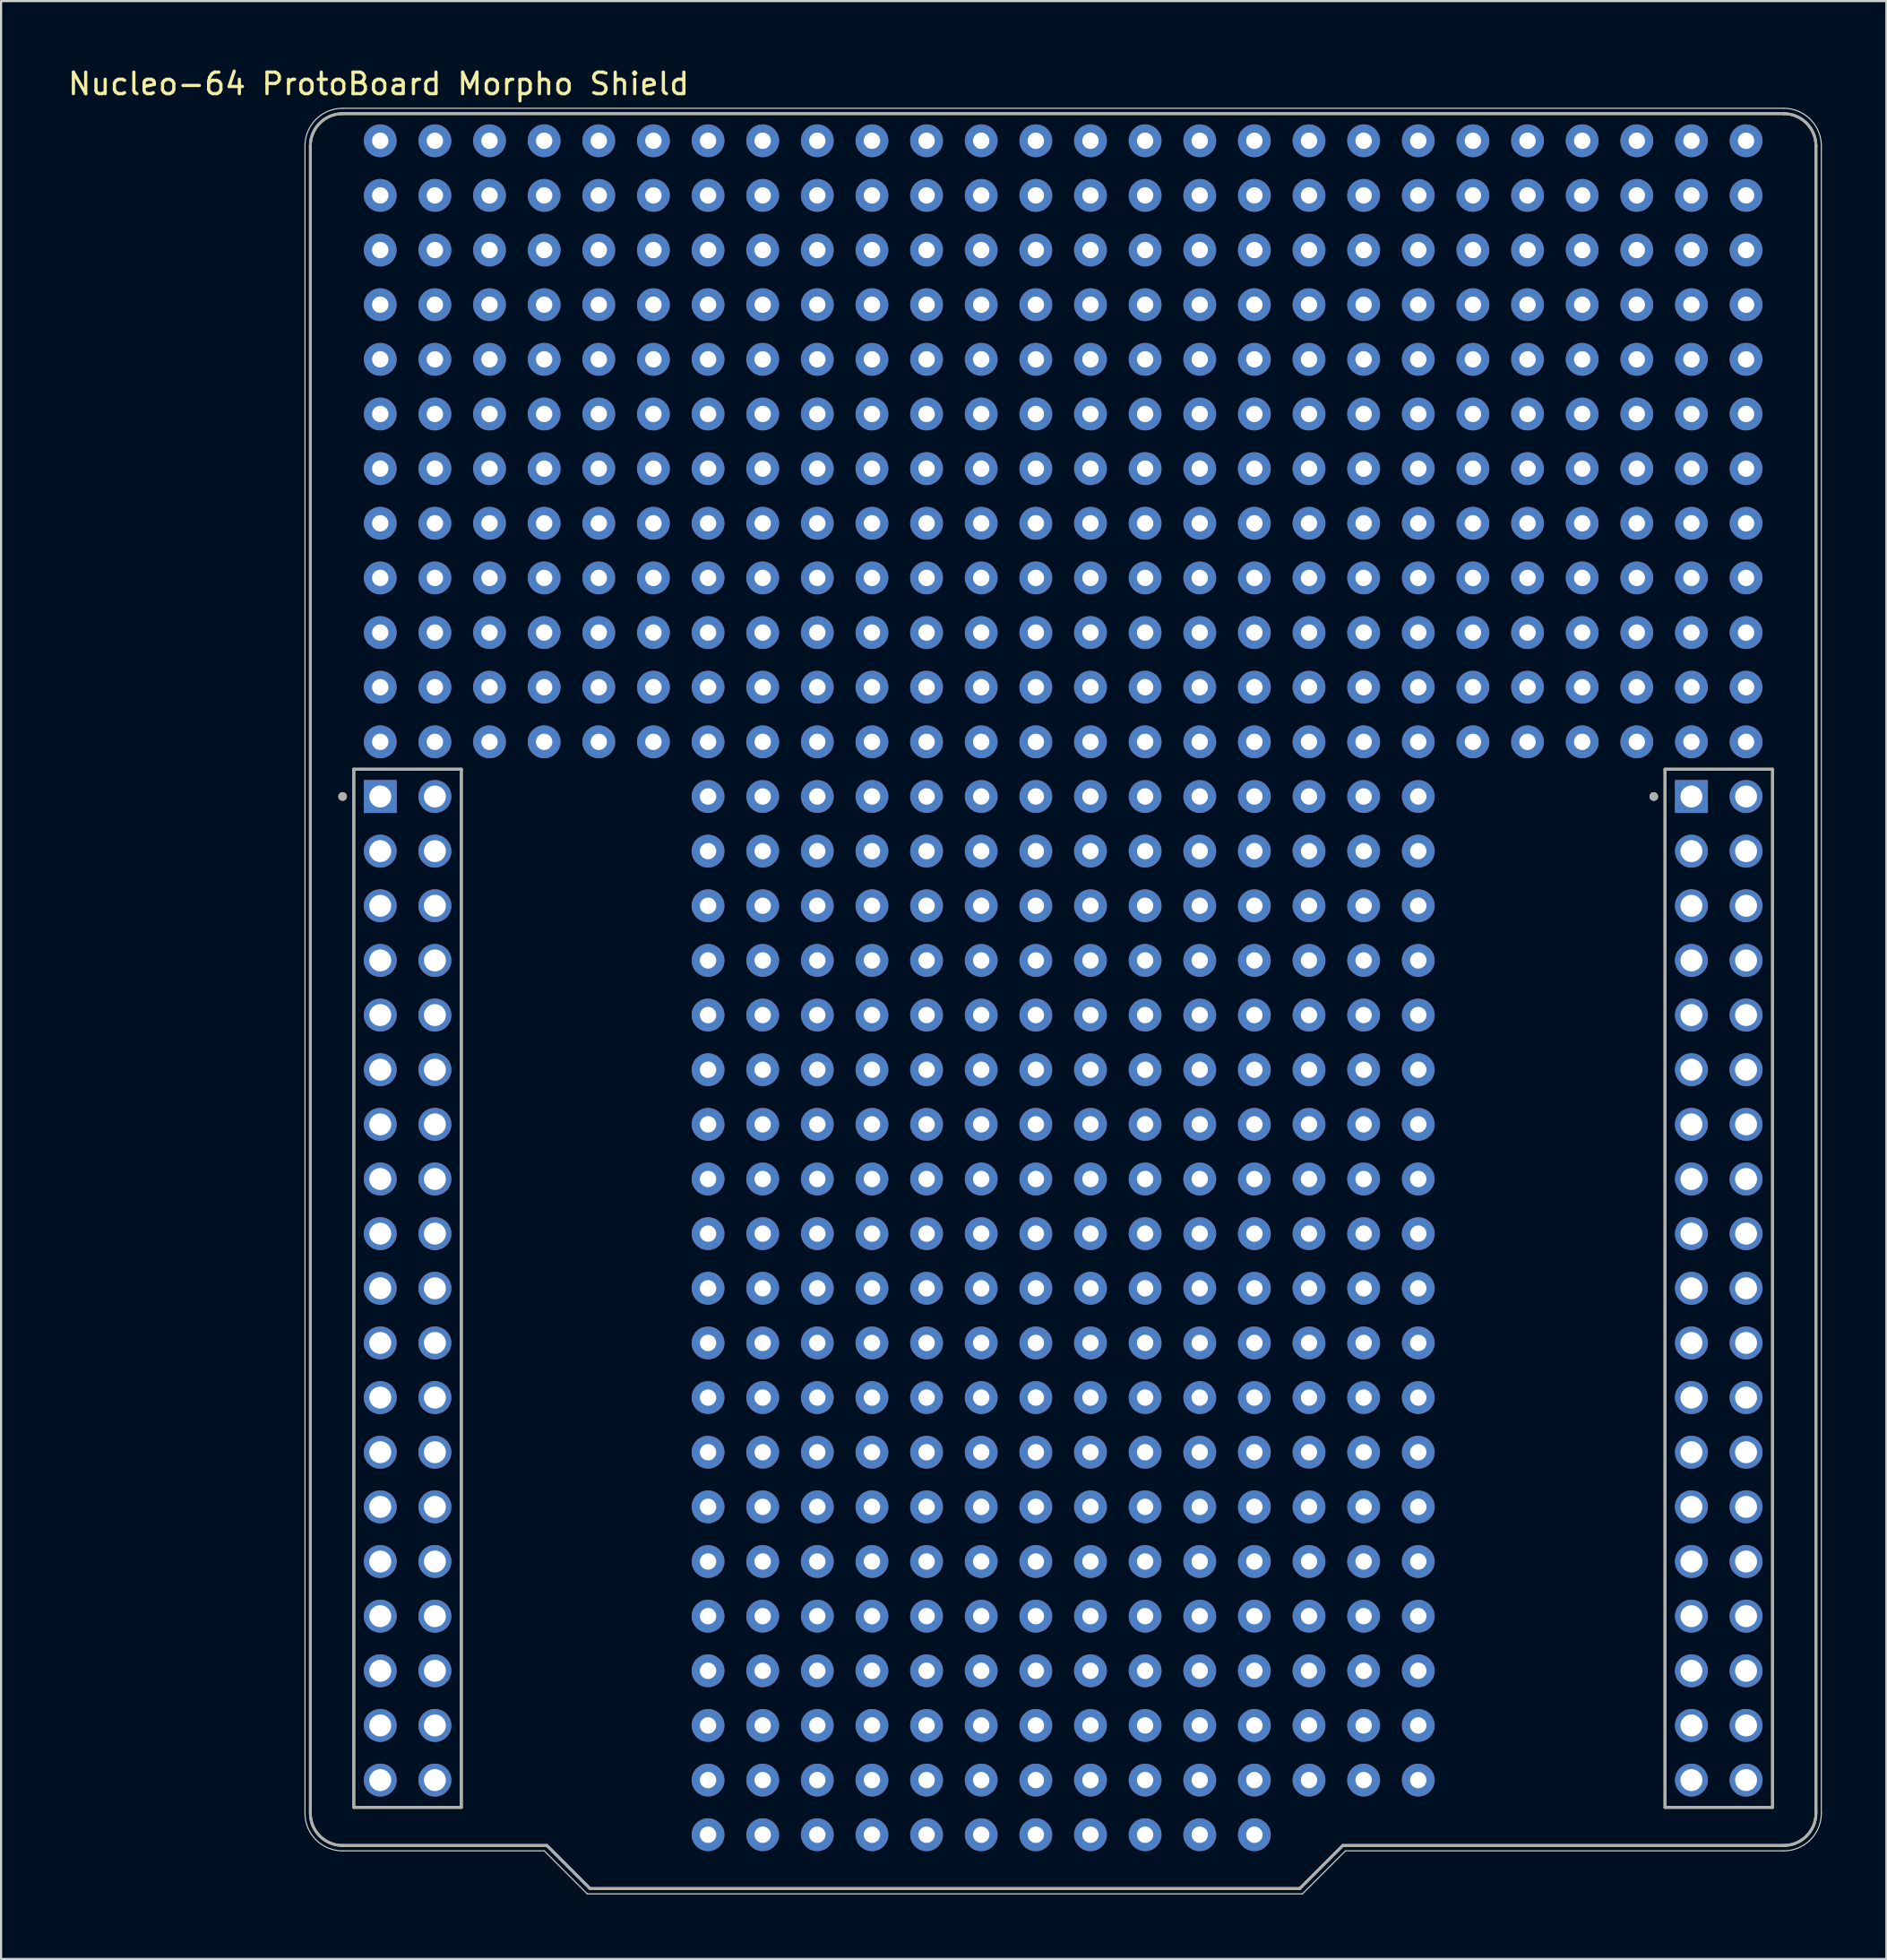
<source format=kicad_pcb>
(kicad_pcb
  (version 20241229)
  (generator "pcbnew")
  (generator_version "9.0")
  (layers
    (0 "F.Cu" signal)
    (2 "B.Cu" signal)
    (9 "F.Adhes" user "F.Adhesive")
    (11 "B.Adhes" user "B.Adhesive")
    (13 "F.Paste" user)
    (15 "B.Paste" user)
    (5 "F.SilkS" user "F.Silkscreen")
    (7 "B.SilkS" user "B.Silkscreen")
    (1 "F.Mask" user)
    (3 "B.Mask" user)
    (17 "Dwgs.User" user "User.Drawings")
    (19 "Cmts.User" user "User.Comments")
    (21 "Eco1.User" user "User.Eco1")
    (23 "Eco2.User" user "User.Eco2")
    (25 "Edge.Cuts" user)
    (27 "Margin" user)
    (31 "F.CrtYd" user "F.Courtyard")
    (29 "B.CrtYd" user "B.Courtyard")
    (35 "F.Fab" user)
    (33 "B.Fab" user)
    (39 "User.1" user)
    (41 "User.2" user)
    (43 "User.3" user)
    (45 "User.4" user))
  (footprint "Nucleo-64 ProtoBoard Morpho Shield"
    (layer "F.Cu")
    (at 14.629 33.973)
    (property "Reference" "Nucleo-64 ProtoBoard Morpho Shield" (at -0.075 -33.125 0) (layer "F.SilkS") (effects (font (size 1 1) (thickness 0.15))))
    (attr through_hole)
    (fp_line (start -3.25 47.26) (end -3.25 -30.24) (stroke (width 0.127) (type solid)) (layer "F.SilkS"))
    (fp_line (start -1.75 -31.74) (end 65.25 -31.74) (stroke (width 0.127) (type solid)) (layer "F.SilkS"))
    (fp_line (start -1.23 -1.27) (end -1.23 46.99) (stroke (width 0.127) (type solid)) (layer "F.SilkS"))
    (fp_line (start -1.23 46.99) (end 3.77 46.99) (stroke (width 0.127) (type solid)) (layer "F.SilkS"))
    (fp_line (start 3.77 -1.27) (end -1.23 -1.27) (stroke (width 0.127) (type solid)) (layer "F.SilkS"))
    (fp_line (start 3.77 46.99) (end 3.77 -1.27) (stroke (width 0.127) (type solid)) (layer "F.SilkS"))
    (fp_line (start 7.75 48.76) (end -1.75 48.76) (stroke (width 0.127) (type solid)) (layer "F.SilkS"))
    (fp_line (start 9.75 50.76) (end 7.75 48.76) (stroke (width 0.127) (type solid)) (layer "F.SilkS"))
    (fp_line (start 42.75 50.76) (end 9.75 50.76) (stroke (width 0.127) (type solid)) (layer "F.SilkS"))
    (fp_line (start 44.75 48.76) (end 42.75 50.76) (stroke (width 0.127) (type solid)) (layer "F.SilkS"))
    (fp_line (start 59.73 -1.27) (end 59.73 46.99) (stroke (width 0.127) (type solid)) (layer "F.SilkS"))
    (fp_line (start 59.73 46.99) (end 64.73 46.99) (stroke (width 0.127) (type solid)) (layer "F.SilkS"))
    (fp_line (start 64.73 -1.27) (end 59.73 -1.27) (stroke (width 0.127) (type solid)) (layer "F.SilkS"))
    (fp_line (start 64.73 46.99) (end 64.73 -1.27) (stroke (width 0.127) (type solid)) (layer "F.SilkS"))
    (fp_line (start 65.25 48.76) (end 44.75 48.76) (stroke (width 0.127) (type solid)) (layer "F.SilkS"))
    (fp_line (start 66.75 -30.24) (end 66.75 47.26) (stroke (width 0.127) (type solid)) (layer "F.SilkS"))
    (fp_arc (start -3.25 -30.24) (mid -2.81066 -31.30066) (end -1.75 -31.74) (stroke (width 0.127) (type solid)) (layer "F.SilkS"))
    (fp_arc (start -1.75 48.76) (mid -2.81066 48.32066) (end -3.25 47.26) (stroke (width 0.127) (type solid)) (layer "F.SilkS"))
    (fp_arc (start 65.25 -31.74) (mid 66.31066 -31.30066) (end 66.75 -30.24) (stroke (width 0.127) (type solid)) (layer "F.SilkS"))
    (fp_arc (start 66.75 47.26) (mid 66.31066 48.32066) (end 65.25 48.76) (stroke (width 0.127) (type solid)) (layer "F.SilkS"))
    (fp_circle (center -1.75 0) (end -1.65 0) (stroke (width 0.2) (type solid)) (fill no) (layer "F.SilkS"))
    (fp_circle (center 59.21 0) (end 59.31 0) (stroke (width 0.2) (type solid)) (fill no) (layer "F.SilkS"))
    (fp_line (start -3.5 47.26) (end -3.5 -30.24) (stroke (width 0.05) (type solid)) (layer "Edge.Cuts"))
    (fp_line (start -1.75 -31.99) (end 65.25 -31.99) (stroke (width 0.05) (type solid)) (layer "Edge.Cuts"))
    (fp_line (start 7.625 49.01) (end -1.75 49.01) (stroke (width 0.05) (type solid)) (layer "Edge.Cuts"))
    (fp_line (start 9.625 51.01) (end 7.625 49.01) (stroke (width 0.05) (type solid)) (layer "Edge.Cuts"))
    (fp_line (start 42.875 51.01) (end 9.625 51.01) (stroke (width 0.05) (type solid)) (layer "Edge.Cuts"))
    (fp_line (start 44.875 49.01) (end 42.875 51.01) (stroke (width 0.05) (type solid)) (layer "Edge.Cuts"))
    (fp_line (start 65.25 49.01) (end 44.875 49.01) (stroke (width 0.05) (type solid)) (layer "Edge.Cuts"))
    (fp_line (start 67 -30.24) (end 67 47.26) (stroke (width 0.05) (type solid)) (layer "Edge.Cuts"))
    (fp_arc (start -3.5 -30.24) (mid -2.987437 -31.477437) (end -1.75 -31.99) (stroke (width 0.05) (type solid)) (layer "Edge.Cuts"))
    (fp_arc (start -1.75 49.01) (mid -2.987437 48.497437) (end -3.5 47.26) (stroke (width 0.05) (type solid)) (layer "Edge.Cuts"))
    (fp_arc (start 65.25 -31.99) (mid 66.487437 -31.477437) (end 67 -30.24) (stroke (width 0.05) (type solid)) (layer "Edge.Cuts"))
    (fp_arc (start 67 47.26) (mid 66.487437 48.497437) (end 65.25 49.01) (stroke (width 0.05) (type solid)) (layer "Edge.Cuts"))
    (fp_line (start -3.25 47.26) (end -3.25 -30.24) (stroke (width 0.127) (type solid)) (layer "F.Fab"))
    (fp_line (start -1.75 -31.74) (end 65.25 -31.74) (stroke (width 0.127) (type solid)) (layer "F.Fab"))
    (fp_line (start -1.23 -1.27) (end -1.23 46.99) (stroke (width 0.127) (type solid)) (layer "F.Fab"))
    (fp_line (start -1.23 46.99) (end 3.77 46.99) (stroke (width 0.127) (type solid)) (layer "F.Fab"))
    (fp_line (start 3.77 -1.27) (end -1.23 -1.27) (stroke (width 0.127) (type solid)) (layer "F.Fab"))
    (fp_line (start 3.77 46.99) (end 3.77 -1.27) (stroke (width 0.127) (type solid)) (layer "F.Fab"))
    (fp_line (start 7.75 48.76) (end -1.75 48.76) (stroke (width 0.127) (type solid)) (layer "F.Fab"))
    (fp_line (start 9.75 50.76) (end 7.75 48.76) (stroke (width 0.127) (type solid)) (layer "F.Fab"))
    (fp_line (start 42.75 50.76) (end 9.75 50.76) (stroke (width 0.127) (type solid)) (layer "F.Fab"))
    (fp_line (start 44.75 48.76) (end 42.75 50.76) (stroke (width 0.127) (type solid)) (layer "F.Fab"))
    (fp_line (start 59.73 -1.27) (end 59.73 46.99) (stroke (width 0.127) (type solid)) (layer "F.Fab"))
    (fp_line (start 59.73 46.99) (end 64.73 46.99) (stroke (width 0.127) (type solid)) (layer "F.Fab"))
    (fp_line (start 64.73 -1.27) (end 59.73 -1.27) (stroke (width 0.127) (type solid)) (layer "F.Fab"))
    (fp_line (start 64.73 46.99) (end 64.73 -1.27) (stroke (width 0.127) (type solid)) (layer "F.Fab"))
    (fp_line (start 65.25 48.76) (end 44.75 48.76) (stroke (width 0.127) (type solid)) (layer "F.Fab"))
    (fp_line (start 66.75 -30.24) (end 66.75 47.26) (stroke (width 0.127) (type solid)) (layer "F.Fab"))
    (fp_arc (start -3.25 -30.24) (mid -2.81066 -31.30066) (end -1.75 -31.74) (stroke (width 0.127) (type solid)) (layer "F.Fab"))
    (fp_arc (start -1.75 48.76) (mid -2.81066 48.32066) (end -3.25 47.26) (stroke (width 0.127) (type solid)) (layer "F.Fab"))
    (fp_arc (start 65.25 -31.74) (mid 66.31066 -31.30066) (end 66.75 -30.24) (stroke (width 0.127) (type solid)) (layer "F.Fab"))
    (fp_arc (start 66.75 47.26) (mid 66.31066 48.32066) (end 65.25 48.76) (stroke (width 0.127) (type solid)) (layer "F.Fab"))
    (fp_circle (center -1.75 0) (end -1.65 0) (stroke (width 0.2) (type solid)) (fill no) (layer "F.Fab"))
    (fp_circle (center 59.21 0) (end 59.31 0) (stroke (width 0.2) (type solid)) (fill no) (layer "F.Fab"))
    (pad "" thru_hole circle (at 0 -30.48) (size 1.524 1.524) (drill 0.762) (layers "*.Cu" "*.Mask"))
    (pad "" thru_hole circle (at 0 -27.94) (size 1.524 1.524) (drill 0.762) (layers "*.Cu" "*.Mask"))
    (pad "" thru_hole circle (at 0 -25.4) (size 1.524 1.524) (drill 0.762) (layers "*.Cu" "*.Mask"))
    (pad "" thru_hole circle (at 0 -22.86) (size 1.524 1.524) (drill 0.762) (layers "*.Cu" "*.Mask"))
    (pad "" thru_hole circle (at 0 -20.32) (size 1.524 1.524) (drill 0.762) (layers "*.Cu" "*.Mask"))
    (pad "" thru_hole circle (at 0 -17.78) (size 1.524 1.524) (drill 0.762) (layers "*.Cu" "*.Mask"))
    (pad "" thru_hole circle (at 0 -15.24) (size 1.524 1.524) (drill 0.762) (layers "*.Cu" "*.Mask"))
    (pad "" thru_hole circle (at 0 -12.7) (size 1.524 1.524) (drill 0.762) (layers "*.Cu" "*.Mask"))
    (pad "" thru_hole circle (at 0 -10.16) (size 1.524 1.524) (drill 0.762) (layers "*.Cu" "*.Mask"))
    (pad "" thru_hole circle (at 0 -7.62) (size 1.524 1.524) (drill 0.762) (layers "*.Cu" "*.Mask"))
    (pad "" thru_hole circle (at 0 -5.08) (size 1.524 1.524) (drill 0.762) (layers "*.Cu" "*.Mask"))
    (pad "" thru_hole circle (at 0 -2.54) (size 1.524 1.524) (drill 0.762) (layers "*.Cu" "*.Mask"))
    (pad "" thru_hole circle (at 2.54 -30.48) (size 1.524 1.524) (drill 0.762) (layers "*.Cu" "*.Mask"))
    (pad "" thru_hole circle (at 2.54 -27.94) (size 1.524 1.524) (drill 0.762) (layers "*.Cu" "*.Mask"))
    (pad "" thru_hole circle (at 2.54 -25.4) (size 1.524 1.524) (drill 0.762) (layers "*.Cu" "*.Mask"))
    (pad "" thru_hole circle (at 2.54 -22.86) (size 1.524 1.524) (drill 0.762) (layers "*.Cu" "*.Mask"))
    (pad "" thru_hole circle (at 2.54 -20.32) (size 1.524 1.524) (drill 0.762) (layers "*.Cu" "*.Mask"))
    (pad "" thru_hole circle (at 2.54 -17.78) (size 1.524 1.524) (drill 0.762) (layers "*.Cu" "*.Mask"))
    (pad "" thru_hole circle (at 2.54 -15.24) (size 1.524 1.524) (drill 0.762) (layers "*.Cu" "*.Mask"))
    (pad "" thru_hole circle (at 2.54 -12.7) (size 1.524 1.524) (drill 0.762) (layers "*.Cu" "*.Mask"))
    (pad "" thru_hole circle (at 2.54 -10.16) (size 1.524 1.524) (drill 0.762) (layers "*.Cu" "*.Mask"))
    (pad "" thru_hole circle (at 2.54 -7.62) (size 1.524 1.524) (drill 0.762) (layers "*.Cu" "*.Mask"))
    (pad "" thru_hole circle (at 2.54 -5.08) (size 1.524 1.524) (drill 0.762) (layers "*.Cu" "*.Mask"))
    (pad "" thru_hole circle (at 2.54 -2.54) (size 1.524 1.524) (drill 0.762) (layers "*.Cu" "*.Mask"))
    (pad "" thru_hole circle (at 5.08 -30.48) (size 1.524 1.524) (drill 0.762) (layers "*.Cu" "*.Mask"))
    (pad "" thru_hole circle (at 5.08 -27.94) (size 1.524 1.524) (drill 0.762) (layers "*.Cu" "*.Mask"))
    (pad "" thru_hole circle (at 5.08 -25.4) (size 1.524 1.524) (drill 0.762) (layers "*.Cu" "*.Mask"))
    (pad "" thru_hole circle (at 5.08 -22.86) (size 1.524 1.524) (drill 0.762) (layers "*.Cu" "*.Mask"))
    (pad "" thru_hole circle (at 5.08 -20.32) (size 1.524 1.524) (drill 0.762) (layers "*.Cu" "*.Mask"))
    (pad "" thru_hole circle (at 5.08 -17.78) (size 1.524 1.524) (drill 0.762) (layers "*.Cu" "*.Mask"))
    (pad "" thru_hole circle (at 5.08 -15.24) (size 1.524 1.524) (drill 0.762) (layers "*.Cu" "*.Mask"))
    (pad "" thru_hole circle (at 5.08 -12.7) (size 1.524 1.524) (drill 0.762) (layers "*.Cu" "*.Mask"))
    (pad "" thru_hole circle (at 5.08 -10.16) (size 1.524 1.524) (drill 0.762) (layers "*.Cu" "*.Mask"))
    (pad "" thru_hole circle (at 5.08 -7.62) (size 1.524 1.524) (drill 0.762) (layers "*.Cu" "*.Mask"))
    (pad "" thru_hole circle (at 5.08 -5.08) (size 1.524 1.524) (drill 0.762) (layers "*.Cu" "*.Mask"))
    (pad "" thru_hole circle (at 5.08 -2.54) (size 1.524 1.524) (drill 0.762) (layers "*.Cu" "*.Mask"))
    (pad "" thru_hole circle (at 7.62 -30.48) (size 1.524 1.524) (drill 0.762) (layers "*.Cu" "*.Mask"))
    (pad "" thru_hole circle (at 7.62 -27.94) (size 1.524 1.524) (drill 0.762) (layers "*.Cu" "*.Mask"))
    (pad "" thru_hole circle (at 7.62 -25.4) (size 1.524 1.524) (drill 0.762) (layers "*.Cu" "*.Mask"))
    (pad "" thru_hole circle (at 7.62 -22.86) (size 1.524 1.524) (drill 0.762) (layers "*.Cu" "*.Mask"))
    (pad "" thru_hole circle (at 7.62 -20.32) (size 1.524 1.524) (drill 0.762) (layers "*.Cu" "*.Mask"))
    (pad "" thru_hole circle (at 7.62 -17.78) (size 1.524 1.524) (drill 0.762) (layers "*.Cu" "*.Mask"))
    (pad "" thru_hole circle (at 7.62 -15.24) (size 1.524 1.524) (drill 0.762) (layers "*.Cu" "*.Mask"))
    (pad "" thru_hole circle (at 7.62 -12.7) (size 1.524 1.524) (drill 0.762) (layers "*.Cu" "*.Mask"))
    (pad "" thru_hole circle (at 7.62 -10.16) (size 1.524 1.524) (drill 0.762) (layers "*.Cu" "*.Mask"))
    (pad "" thru_hole circle (at 7.62 -7.62) (size 1.524 1.524) (drill 0.762) (layers "*.Cu" "*.Mask"))
    (pad "" thru_hole circle (at 7.62 -5.08) (size 1.524 1.524) (drill 0.762) (layers "*.Cu" "*.Mask"))
    (pad "" thru_hole circle (at 7.62 -2.54) (size 1.524 1.524) (drill 0.762) (layers "*.Cu" "*.Mask"))
    (pad "" thru_hole circle (at 10.16 -30.48) (size 1.524 1.524) (drill 0.762) (layers "*.Cu" "*.Mask"))
    (pad "" thru_hole circle (at 10.16 -27.94) (size 1.524 1.524) (drill 0.762) (layers "*.Cu" "*.Mask"))
    (pad "" thru_hole circle (at 10.16 -25.4) (size 1.524 1.524) (drill 0.762) (layers "*.Cu" "*.Mask"))
    (pad "" thru_hole circle (at 10.16 -22.86) (size 1.524 1.524) (drill 0.762) (layers "*.Cu" "*.Mask"))
    (pad "" thru_hole circle (at 10.16 -20.32) (size 1.524 1.524) (drill 0.762) (layers "*.Cu" "*.Mask"))
    (pad "" thru_hole circle (at 10.16 -17.78) (size 1.524 1.524) (drill 0.762) (layers "*.Cu" "*.Mask"))
    (pad "" thru_hole circle (at 10.16 -15.24) (size 1.524 1.524) (drill 0.762) (layers "*.Cu" "*.Mask"))
    (pad "" thru_hole circle (at 10.16 -12.7) (size 1.524 1.524) (drill 0.762) (layers "*.Cu" "*.Mask"))
    (pad "" thru_hole circle (at 10.16 -10.16) (size 1.524 1.524) (drill 0.762) (layers "*.Cu" "*.Mask"))
    (pad "" thru_hole circle (at 10.16 -7.62) (size 1.524 1.524) (drill 0.762) (layers "*.Cu" "*.Mask"))
    (pad "" thru_hole circle (at 10.16 -5.08) (size 1.524 1.524) (drill 0.762) (layers "*.Cu" "*.Mask"))
    (pad "" thru_hole circle (at 10.16 -2.54) (size 1.524 1.524) (drill 0.762) (layers "*.Cu" "*.Mask"))
    (pad "" thru_hole circle (at 12.7 -30.48) (size 1.524 1.524) (drill 0.762) (layers "*.Cu" "*.Mask"))
    (pad "" thru_hole circle (at 12.7 -27.94) (size 1.524 1.524) (drill 0.762) (layers "*.Cu" "*.Mask"))
    (pad "" thru_hole circle (at 12.7 -25.4) (size 1.524 1.524) (drill 0.762) (layers "*.Cu" "*.Mask"))
    (pad "" thru_hole circle (at 12.7 -22.86) (size 1.524 1.524) (drill 0.762) (layers "*.Cu" "*.Mask"))
    (pad "" thru_hole circle (at 12.7 -20.32) (size 1.524 1.524) (drill 0.762) (layers "*.Cu" "*.Mask"))
    (pad "" thru_hole circle (at 12.7 -17.78) (size 1.524 1.524) (drill 0.762) (layers "*.Cu" "*.Mask"))
    (pad "" thru_hole circle (at 12.7 -15.24) (size 1.524 1.524) (drill 0.762) (layers "*.Cu" "*.Mask"))
    (pad "" thru_hole circle (at 12.7 -12.7) (size 1.524 1.524) (drill 0.762) (layers "*.Cu" "*.Mask"))
    (pad "" thru_hole circle (at 12.7 -10.16) (size 1.524 1.524) (drill 0.762) (layers "*.Cu" "*.Mask"))
    (pad "" thru_hole circle (at 12.7 -7.62) (size 1.524 1.524) (drill 0.762) (layers "*.Cu" "*.Mask"))
    (pad "" thru_hole circle (at 12.7 -5.08) (size 1.524 1.524) (drill 0.762) (layers "*.Cu" "*.Mask"))
    (pad "" thru_hole circle (at 12.7 -2.54) (size 1.524 1.524) (drill 0.762) (layers "*.Cu" "*.Mask"))
    (pad "" thru_hole circle (at 15.24 -30.48) (size 1.524 1.524) (drill 0.762) (layers "*.Cu" "*.Mask"))
    (pad "" thru_hole circle (at 15.24 -27.94) (size 1.524 1.524) (drill 0.762) (layers "*.Cu" "*.Mask"))
    (pad "" thru_hole circle (at 15.24 -25.4) (size 1.524 1.524) (drill 0.762) (layers "*.Cu" "*.Mask"))
    (pad "" thru_hole circle (at 15.24 -22.86) (size 1.524 1.524) (drill 0.762) (layers "*.Cu" "*.Mask"))
    (pad "" thru_hole circle (at 15.24 -20.32) (size 1.524 1.524) (drill 0.762) (layers "*.Cu" "*.Mask"))
    (pad "" thru_hole circle (at 15.24 -17.78) (size 1.524 1.524) (drill 0.762) (layers "*.Cu" "*.Mask"))
    (pad "" thru_hole circle (at 15.24 -15.24) (size 1.524 1.524) (drill 0.762) (layers "*.Cu" "*.Mask"))
    (pad "" thru_hole circle (at 15.24 -12.7) (size 1.524 1.524) (drill 0.762) (layers "*.Cu" "*.Mask"))
    (pad "" thru_hole circle (at 15.24 -10.16) (size 1.524 1.524) (drill 0.762) (layers "*.Cu" "*.Mask"))
    (pad "" thru_hole circle (at 15.24 -7.62) (size 1.524 1.524) (drill 0.762) (layers "*.Cu" "*.Mask"))
    (pad "" thru_hole circle (at 15.24 -5.08) (size 1.524 1.524) (drill 0.762) (layers "*.Cu" "*.Mask"))
    (pad "" thru_hole circle (at 15.24 -2.54) (size 1.524 1.524) (drill 0.762) (layers "*.Cu" "*.Mask"))
    (pad "" thru_hole circle (at 15.24 0) (size 1.524 1.524) (drill 0.762) (layers "*.Cu" "*.Mask"))
    (pad "" thru_hole circle (at 15.24 2.54) (size 1.524 1.524) (drill 0.762) (layers "*.Cu" "*.Mask"))
    (pad "" thru_hole circle (at 15.24 5.08) (size 1.524 1.524) (drill 0.762) (layers "*.Cu" "*.Mask"))
    (pad "" thru_hole circle (at 15.24 7.62) (size 1.524 1.524) (drill 0.762) (layers "*.Cu" "*.Mask"))
    (pad "" thru_hole circle (at 15.24 10.16) (size 1.524 1.524) (drill 0.762) (layers "*.Cu" "*.Mask"))
    (pad "" thru_hole circle (at 15.24 12.7) (size 1.524 1.524) (drill 0.762) (layers "*.Cu" "*.Mask"))
    (pad "" thru_hole circle (at 15.24 15.24) (size 1.524 1.524) (drill 0.762) (layers "*.Cu" "*.Mask"))
    (pad "" thru_hole circle (at 15.24 17.78) (size 1.524 1.524) (drill 0.762) (layers "*.Cu" "*.Mask"))
    (pad "" thru_hole circle (at 15.24 20.32) (size 1.524 1.524) (drill 0.762) (layers "*.Cu" "*.Mask"))
    (pad "" thru_hole circle (at 15.24 22.86) (size 1.524 1.524) (drill 0.762) (layers "*.Cu" "*.Mask"))
    (pad "" thru_hole circle (at 15.24 25.4) (size 1.524 1.524) (drill 0.762) (layers "*.Cu" "*.Mask"))
    (pad "" thru_hole circle (at 15.24 27.94) (size 1.524 1.524) (drill 0.762) (layers "*.Cu" "*.Mask"))
    (pad "" thru_hole circle (at 15.24 30.48) (size 1.524 1.524) (drill 0.762) (layers "*.Cu" "*.Mask"))
    (pad "" thru_hole circle (at 15.24 33.02) (size 1.524 1.524) (drill 0.762) (layers "*.Cu" "*.Mask"))
    (pad "" thru_hole circle (at 15.24 35.56) (size 1.524 1.524) (drill 0.762) (layers "*.Cu" "*.Mask"))
    (pad "" thru_hole circle (at 15.24 38.1) (size 1.524 1.524) (drill 0.762) (layers "*.Cu" "*.Mask"))
    (pad "" thru_hole circle (at 15.24 40.64) (size 1.524 1.524) (drill 0.762) (layers "*.Cu" "*.Mask"))
    (pad "" thru_hole circle (at 15.24 43.18) (size 1.524 1.524) (drill 0.762) (layers "*.Cu" "*.Mask"))
    (pad "" thru_hole circle (at 15.24 45.72) (size 1.524 1.524) (drill 0.762) (layers "*.Cu" "*.Mask"))
    (pad "" thru_hole circle (at 15.24 48.26) (size 1.524 1.524) (drill 0.762) (layers "*.Cu" "*.Mask"))
    (pad "" thru_hole circle (at 17.78 -30.48) (size 1.524 1.524) (drill 0.762) (layers "*.Cu" "*.Mask"))
    (pad "" thru_hole circle (at 17.78 -27.94) (size 1.524 1.524) (drill 0.762) (layers "*.Cu" "*.Mask"))
    (pad "" thru_hole circle (at 17.78 -25.4) (size 1.524 1.524) (drill 0.762) (layers "*.Cu" "*.Mask"))
    (pad "" thru_hole circle (at 17.78 -22.86) (size 1.524 1.524) (drill 0.762) (layers "*.Cu" "*.Mask"))
    (pad "" thru_hole circle (at 17.78 -20.32) (size 1.524 1.524) (drill 0.762) (layers "*.Cu" "*.Mask"))
    (pad "" thru_hole circle (at 17.78 -17.78) (size 1.524 1.524) (drill 0.762) (layers "*.Cu" "*.Mask"))
    (pad "" thru_hole circle (at 17.78 -15.24) (size 1.524 1.524) (drill 0.762) (layers "*.Cu" "*.Mask"))
    (pad "" thru_hole circle (at 17.78 -12.7) (size 1.524 1.524) (drill 0.762) (layers "*.Cu" "*.Mask"))
    (pad "" thru_hole circle (at 17.78 -10.16) (size 1.524 1.524) (drill 0.762) (layers "*.Cu" "*.Mask"))
    (pad "" thru_hole circle (at 17.78 -7.62) (size 1.524 1.524) (drill 0.762) (layers "*.Cu" "*.Mask"))
    (pad "" thru_hole circle (at 17.78 -5.08) (size 1.524 1.524) (drill 0.762) (layers "*.Cu" "*.Mask"))
    (pad "" thru_hole circle (at 17.78 -2.54) (size 1.524 1.524) (drill 0.762) (layers "*.Cu" "*.Mask"))
    (pad "" thru_hole circle (at 17.78 0) (size 1.524 1.524) (drill 0.762) (layers "*.Cu" "*.Mask"))
    (pad "" thru_hole circle (at 17.78 2.54) (size 1.524 1.524) (drill 0.762) (layers "*.Cu" "*.Mask"))
    (pad "" thru_hole circle (at 17.78 5.08) (size 1.524 1.524) (drill 0.762) (layers "*.Cu" "*.Mask"))
    (pad "" thru_hole circle (at 17.78 7.62) (size 1.524 1.524) (drill 0.762) (layers "*.Cu" "*.Mask"))
    (pad "" thru_hole circle (at 17.78 10.16) (size 1.524 1.524) (drill 0.762) (layers "*.Cu" "*.Mask"))
    (pad "" thru_hole circle (at 17.78 12.7) (size 1.524 1.524) (drill 0.762) (layers "*.Cu" "*.Mask"))
    (pad "" thru_hole circle (at 17.78 15.24) (size 1.524 1.524) (drill 0.762) (layers "*.Cu" "*.Mask"))
    (pad "" thru_hole circle (at 17.78 17.78) (size 1.524 1.524) (drill 0.762) (layers "*.Cu" "*.Mask"))
    (pad "" thru_hole circle (at 17.78 20.32) (size 1.524 1.524) (drill 0.762) (layers "*.Cu" "*.Mask"))
    (pad "" thru_hole circle (at 17.78 22.86) (size 1.524 1.524) (drill 0.762) (layers "*.Cu" "*.Mask"))
    (pad "" thru_hole circle (at 17.78 25.4) (size 1.524 1.524) (drill 0.762) (layers "*.Cu" "*.Mask"))
    (pad "" thru_hole circle (at 17.78 27.94) (size 1.524 1.524) (drill 0.762) (layers "*.Cu" "*.Mask"))
    (pad "" thru_hole circle (at 17.78 30.48) (size 1.524 1.524) (drill 0.762) (layers "*.Cu" "*.Mask"))
    (pad "" thru_hole circle (at 17.78 33.02) (size 1.524 1.524) (drill 0.762) (layers "*.Cu" "*.Mask"))
    (pad "" thru_hole circle (at 17.78 35.56) (size 1.524 1.524) (drill 0.762) (layers "*.Cu" "*.Mask"))
    (pad "" thru_hole circle (at 17.78 38.1) (size 1.524 1.524) (drill 0.762) (layers "*.Cu" "*.Mask"))
    (pad "" thru_hole circle (at 17.78 40.64) (size 1.524 1.524) (drill 0.762) (layers "*.Cu" "*.Mask"))
    (pad "" thru_hole circle (at 17.78 43.18) (size 1.524 1.524) (drill 0.762) (layers "*.Cu" "*.Mask"))
    (pad "" thru_hole circle (at 17.78 45.72) (size 1.524 1.524) (drill 0.762) (layers "*.Cu" "*.Mask"))
    (pad "" thru_hole circle (at 17.78 48.26) (size 1.524 1.524) (drill 0.762) (layers "*.Cu" "*.Mask"))
    (pad "" thru_hole circle (at 20.32 -30.48) (size 1.524 1.524) (drill 0.762) (layers "*.Cu" "*.Mask"))
    (pad "" thru_hole circle (at 20.32 -27.94) (size 1.524 1.524) (drill 0.762) (layers "*.Cu" "*.Mask"))
    (pad "" thru_hole circle (at 20.32 -25.4) (size 1.524 1.524) (drill 0.762) (layers "*.Cu" "*.Mask"))
    (pad "" thru_hole circle (at 20.32 -22.86) (size 1.524 1.524) (drill 0.762) (layers "*.Cu" "*.Mask"))
    (pad "" thru_hole circle (at 20.32 -20.32) (size 1.524 1.524) (drill 0.762) (layers "*.Cu" "*.Mask"))
    (pad "" thru_hole circle (at 20.32 -17.78) (size 1.524 1.524) (drill 0.762) (layers "*.Cu" "*.Mask"))
    (pad "" thru_hole circle (at 20.32 -15.24) (size 1.524 1.524) (drill 0.762) (layers "*.Cu" "*.Mask"))
    (pad "" thru_hole circle (at 20.32 -12.7) (size 1.524 1.524) (drill 0.762) (layers "*.Cu" "*.Mask"))
    (pad "" thru_hole circle (at 20.32 -10.16) (size 1.524 1.524) (drill 0.762) (layers "*.Cu" "*.Mask"))
    (pad "" thru_hole circle (at 20.32 -7.62) (size 1.524 1.524) (drill 0.762) (layers "*.Cu" "*.Mask"))
    (pad "" thru_hole circle (at 20.32 -5.08) (size 1.524 1.524) (drill 0.762) (layers "*.Cu" "*.Mask"))
    (pad "" thru_hole circle (at 20.32 -2.54) (size 1.524 1.524) (drill 0.762) (layers "*.Cu" "*.Mask"))
    (pad "" thru_hole circle (at 20.32 0) (size 1.524 1.524) (drill 0.762) (layers "*.Cu" "*.Mask"))
    (pad "" thru_hole circle (at 20.32 2.54) (size 1.524 1.524) (drill 0.762) (layers "*.Cu" "*.Mask"))
    (pad "" thru_hole circle (at 20.32 5.08) (size 1.524 1.524) (drill 0.762) (layers "*.Cu" "*.Mask"))
    (pad "" thru_hole circle (at 20.32 7.62) (size 1.524 1.524) (drill 0.762) (layers "*.Cu" "*.Mask"))
    (pad "" thru_hole circle (at 20.32 10.16) (size 1.524 1.524) (drill 0.762) (layers "*.Cu" "*.Mask"))
    (pad "" thru_hole circle (at 20.32 12.7) (size 1.524 1.524) (drill 0.762) (layers "*.Cu" "*.Mask"))
    (pad "" thru_hole circle (at 20.32 15.24) (size 1.524 1.524) (drill 0.762) (layers "*.Cu" "*.Mask"))
    (pad "" thru_hole circle (at 20.32 17.78) (size 1.524 1.524) (drill 0.762) (layers "*.Cu" "*.Mask"))
    (pad "" thru_hole circle (at 20.32 20.32) (size 1.524 1.524) (drill 0.762) (layers "*.Cu" "*.Mask"))
    (pad "" thru_hole circle (at 20.32 22.86) (size 1.524 1.524) (drill 0.762) (layers "*.Cu" "*.Mask"))
    (pad "" thru_hole circle (at 20.32 25.4) (size 1.524 1.524) (drill 0.762) (layers "*.Cu" "*.Mask"))
    (pad "" thru_hole circle (at 20.32 27.94) (size 1.524 1.524) (drill 0.762) (layers "*.Cu" "*.Mask"))
    (pad "" thru_hole circle (at 20.32 30.48) (size 1.524 1.524) (drill 0.762) (layers "*.Cu" "*.Mask"))
    (pad "" thru_hole circle (at 20.32 33.02) (size 1.524 1.524) (drill 0.762) (layers "*.Cu" "*.Mask"))
    (pad "" thru_hole circle (at 20.32 35.56) (size 1.524 1.524) (drill 0.762) (layers "*.Cu" "*.Mask"))
    (pad "" thru_hole circle (at 20.32 38.1) (size 1.524 1.524) (drill 0.762) (layers "*.Cu" "*.Mask"))
    (pad "" thru_hole circle (at 20.32 40.64) (size 1.524 1.524) (drill 0.762) (layers "*.Cu" "*.Mask"))
    (pad "" thru_hole circle (at 20.32 43.18) (size 1.524 1.524) (drill 0.762) (layers "*.Cu" "*.Mask"))
    (pad "" thru_hole circle (at 20.32 45.72) (size 1.524 1.524) (drill 0.762) (layers "*.Cu" "*.Mask"))
    (pad "" thru_hole circle (at 20.32 48.26) (size 1.524 1.524) (drill 0.762) (layers "*.Cu" "*.Mask"))
    (pad "" thru_hole circle (at 22.86 -30.48) (size 1.524 1.524) (drill 0.762) (layers "*.Cu" "*.Mask"))
    (pad "" thru_hole circle (at 22.86 -27.94) (size 1.524 1.524) (drill 0.762) (layers "*.Cu" "*.Mask"))
    (pad "" thru_hole circle (at 22.86 -25.4) (size 1.524 1.524) (drill 0.762) (layers "*.Cu" "*.Mask"))
    (pad "" thru_hole circle (at 22.86 -22.86) (size 1.524 1.524) (drill 0.762) (layers "*.Cu" "*.Mask"))
    (pad "" thru_hole circle (at 22.86 -20.32) (size 1.524 1.524) (drill 0.762) (layers "*.Cu" "*.Mask"))
    (pad "" thru_hole circle (at 22.86 -17.78) (size 1.524 1.524) (drill 0.762) (layers "*.Cu" "*.Mask"))
    (pad "" thru_hole circle (at 22.86 -15.24) (size 1.524 1.524) (drill 0.762) (layers "*.Cu" "*.Mask"))
    (pad "" thru_hole circle (at 22.86 -12.7) (size 1.524 1.524) (drill 0.762) (layers "*.Cu" "*.Mask"))
    (pad "" thru_hole circle (at 22.86 -10.16) (size 1.524 1.524) (drill 0.762) (layers "*.Cu" "*.Mask"))
    (pad "" thru_hole circle (at 22.86 -7.62) (size 1.524 1.524) (drill 0.762) (layers "*.Cu" "*.Mask"))
    (pad "" thru_hole circle (at 22.86 -5.08) (size 1.524 1.524) (drill 0.762) (layers "*.Cu" "*.Mask"))
    (pad "" thru_hole circle (at 22.86 -2.54) (size 1.524 1.524) (drill 0.762) (layers "*.Cu" "*.Mask"))
    (pad "" thru_hole circle (at 22.86 0) (size 1.524 1.524) (drill 0.762) (layers "*.Cu" "*.Mask"))
    (pad "" thru_hole circle (at 22.86 2.54) (size 1.524 1.524) (drill 0.762) (layers "*.Cu" "*.Mask"))
    (pad "" thru_hole circle (at 22.86 5.08) (size 1.524 1.524) (drill 0.762) (layers "*.Cu" "*.Mask"))
    (pad "" thru_hole circle (at 22.86 7.62) (size 1.524 1.524) (drill 0.762) (layers "*.Cu" "*.Mask"))
    (pad "" thru_hole circle (at 22.86 10.16) (size 1.524 1.524) (drill 0.762) (layers "*.Cu" "*.Mask"))
    (pad "" thru_hole circle (at 22.86 12.7) (size 1.524 1.524) (drill 0.762) (layers "*.Cu" "*.Mask"))
    (pad "" thru_hole circle (at 22.86 15.24) (size 1.524 1.524) (drill 0.762) (layers "*.Cu" "*.Mask"))
    (pad "" thru_hole circle (at 22.86 17.78) (size 1.524 1.524) (drill 0.762) (layers "*.Cu" "*.Mask"))
    (pad "" thru_hole circle (at 22.86 20.32) (size 1.524 1.524) (drill 0.762) (layers "*.Cu" "*.Mask"))
    (pad "" thru_hole circle (at 22.86 22.86) (size 1.524 1.524) (drill 0.762) (layers "*.Cu" "*.Mask"))
    (pad "" thru_hole circle (at 22.86 25.4) (size 1.524 1.524) (drill 0.762) (layers "*.Cu" "*.Mask"))
    (pad "" thru_hole circle (at 22.86 27.94) (size 1.524 1.524) (drill 0.762) (layers "*.Cu" "*.Mask"))
    (pad "" thru_hole circle (at 22.86 30.48) (size 1.524 1.524) (drill 0.762) (layers "*.Cu" "*.Mask"))
    (pad "" thru_hole circle (at 22.86 33.02) (size 1.524 1.524) (drill 0.762) (layers "*.Cu" "*.Mask"))
    (pad "" thru_hole circle (at 22.86 35.56) (size 1.524 1.524) (drill 0.762) (layers "*.Cu" "*.Mask"))
    (pad "" thru_hole circle (at 22.86 38.1) (size 1.524 1.524) (drill 0.762) (layers "*.Cu" "*.Mask"))
    (pad "" thru_hole circle (at 22.86 40.64) (size 1.524 1.524) (drill 0.762) (layers "*.Cu" "*.Mask"))
    (pad "" thru_hole circle (at 22.86 43.18) (size 1.524 1.524) (drill 0.762) (layers "*.Cu" "*.Mask"))
    (pad "" thru_hole circle (at 22.86 45.72) (size 1.524 1.524) (drill 0.762) (layers "*.Cu" "*.Mask"))
    (pad "" thru_hole circle (at 22.86 48.26) (size 1.524 1.524) (drill 0.762) (layers "*.Cu" "*.Mask"))
    (pad "" thru_hole circle (at 25.4 -30.48) (size 1.524 1.524) (drill 0.762) (layers "*.Cu" "*.Mask"))
    (pad "" thru_hole circle (at 25.4 -27.94) (size 1.524 1.524) (drill 0.762) (layers "*.Cu" "*.Mask"))
    (pad "" thru_hole circle (at 25.4 -25.4) (size 1.524 1.524) (drill 0.762) (layers "*.Cu" "*.Mask"))
    (pad "" thru_hole circle (at 25.4 -22.86) (size 1.524 1.524) (drill 0.762) (layers "*.Cu" "*.Mask"))
    (pad "" thru_hole circle (at 25.4 -20.32) (size 1.524 1.524) (drill 0.762) (layers "*.Cu" "*.Mask"))
    (pad "" thru_hole circle (at 25.4 -17.78) (size 1.524 1.524) (drill 0.762) (layers "*.Cu" "*.Mask"))
    (pad "" thru_hole circle (at 25.4 -15.24) (size 1.524 1.524) (drill 0.762) (layers "*.Cu" "*.Mask"))
    (pad "" thru_hole circle (at 25.4 -12.7) (size 1.524 1.524) (drill 0.762) (layers "*.Cu" "*.Mask"))
    (pad "" thru_hole circle (at 25.4 -10.16) (size 1.524 1.524) (drill 0.762) (layers "*.Cu" "*.Mask"))
    (pad "" thru_hole circle (at 25.4 -7.62) (size 1.524 1.524) (drill 0.762) (layers "*.Cu" "*.Mask"))
    (pad "" thru_hole circle (at 25.4 -5.08) (size 1.524 1.524) (drill 0.762) (layers "*.Cu" "*.Mask"))
    (pad "" thru_hole circle (at 25.4 -2.54) (size 1.524 1.524) (drill 0.762) (layers "*.Cu" "*.Mask"))
    (pad "" thru_hole circle (at 25.4 0) (size 1.524 1.524) (drill 0.762) (layers "*.Cu" "*.Mask"))
    (pad "" thru_hole circle (at 25.4 2.54) (size 1.524 1.524) (drill 0.762) (layers "*.Cu" "*.Mask"))
    (pad "" thru_hole circle (at 25.4 5.08) (size 1.524 1.524) (drill 0.762) (layers "*.Cu" "*.Mask"))
    (pad "" thru_hole circle (at 25.4 7.62) (size 1.524 1.524) (drill 0.762) (layers "*.Cu" "*.Mask"))
    (pad "" thru_hole circle (at 25.4 10.16) (size 1.524 1.524) (drill 0.762) (layers "*.Cu" "*.Mask"))
    (pad "" thru_hole circle (at 25.4 12.7) (size 1.524 1.524) (drill 0.762) (layers "*.Cu" "*.Mask"))
    (pad "" thru_hole circle (at 25.4 15.24) (size 1.524 1.524) (drill 0.762) (layers "*.Cu" "*.Mask"))
    (pad "" thru_hole circle (at 25.4 17.78) (size 1.524 1.524) (drill 0.762) (layers "*.Cu" "*.Mask"))
    (pad "" thru_hole circle (at 25.4 20.32) (size 1.524 1.524) (drill 0.762) (layers "*.Cu" "*.Mask"))
    (pad "" thru_hole circle (at 25.4 22.86) (size 1.524 1.524) (drill 0.762) (layers "*.Cu" "*.Mask"))
    (pad "" thru_hole circle (at 25.4 25.4) (size 1.524 1.524) (drill 0.762) (layers "*.Cu" "*.Mask"))
    (pad "" thru_hole circle (at 25.4 27.94) (size 1.524 1.524) (drill 0.762) (layers "*.Cu" "*.Mask"))
    (pad "" thru_hole circle (at 25.4 30.48) (size 1.524 1.524) (drill 0.762) (layers "*.Cu" "*.Mask"))
    (pad "" thru_hole circle (at 25.4 33.02) (size 1.524 1.524) (drill 0.762) (layers "*.Cu" "*.Mask"))
    (pad "" thru_hole circle (at 25.4 35.56) (size 1.524 1.524) (drill 0.762) (layers "*.Cu" "*.Mask"))
    (pad "" thru_hole circle (at 25.4 38.1) (size 1.524 1.524) (drill 0.762) (layers "*.Cu" "*.Mask"))
    (pad "" thru_hole circle (at 25.4 40.64) (size 1.524 1.524) (drill 0.762) (layers "*.Cu" "*.Mask"))
    (pad "" thru_hole circle (at 25.4 43.18) (size 1.524 1.524) (drill 0.762) (layers "*.Cu" "*.Mask"))
    (pad "" thru_hole circle (at 25.4 45.72) (size 1.524 1.524) (drill 0.762) (layers "*.Cu" "*.Mask"))
    (pad "" thru_hole circle (at 25.4 48.26) (size 1.524 1.524) (drill 0.762) (layers "*.Cu" "*.Mask"))
    (pad "" thru_hole circle (at 27.94 -30.48) (size 1.524 1.524) (drill 0.762) (layers "*.Cu" "*.Mask"))
    (pad "" thru_hole circle (at 27.94 -27.94) (size 1.524 1.524) (drill 0.762) (layers "*.Cu" "*.Mask"))
    (pad "" thru_hole circle (at 27.94 -25.4) (size 1.524 1.524) (drill 0.762) (layers "*.Cu" "*.Mask"))
    (pad "" thru_hole circle (at 27.94 -22.86) (size 1.524 1.524) (drill 0.762) (layers "*.Cu" "*.Mask"))
    (pad "" thru_hole circle (at 27.94 -20.32) (size 1.524 1.524) (drill 0.762) (layers "*.Cu" "*.Mask"))
    (pad "" thru_hole circle (at 27.94 -17.78) (size 1.524 1.524) (drill 0.762) (layers "*.Cu" "*.Mask"))
    (pad "" thru_hole circle (at 27.94 -15.24) (size 1.524 1.524) (drill 0.762) (layers "*.Cu" "*.Mask"))
    (pad "" thru_hole circle (at 27.94 -12.7) (size 1.524 1.524) (drill 0.762) (layers "*.Cu" "*.Mask"))
    (pad "" thru_hole circle (at 27.94 -10.16) (size 1.524 1.524) (drill 0.762) (layers "*.Cu" "*.Mask"))
    (pad "" thru_hole circle (at 27.94 -7.62) (size 1.524 1.524) (drill 0.762) (layers "*.Cu" "*.Mask"))
    (pad "" thru_hole circle (at 27.94 -5.08) (size 1.524 1.524) (drill 0.762) (layers "*.Cu" "*.Mask"))
    (pad "" thru_hole circle (at 27.94 -2.54) (size 1.524 1.524) (drill 0.762) (layers "*.Cu" "*.Mask"))
    (pad "" thru_hole circle (at 27.94 0) (size 1.524 1.524) (drill 0.762) (layers "*.Cu" "*.Mask"))
    (pad "" thru_hole circle (at 27.94 2.54) (size 1.524 1.524) (drill 0.762) (layers "*.Cu" "*.Mask"))
    (pad "" thru_hole circle (at 27.94 5.08) (size 1.524 1.524) (drill 0.762) (layers "*.Cu" "*.Mask"))
    (pad "" thru_hole circle (at 27.94 7.62) (size 1.524 1.524) (drill 0.762) (layers "*.Cu" "*.Mask"))
    (pad "" thru_hole circle (at 27.94 10.16) (size 1.524 1.524) (drill 0.762) (layers "*.Cu" "*.Mask"))
    (pad "" thru_hole circle (at 27.94 12.7) (size 1.524 1.524) (drill 0.762) (layers "*.Cu" "*.Mask"))
    (pad "" thru_hole circle (at 27.94 15.24) (size 1.524 1.524) (drill 0.762) (layers "*.Cu" "*.Mask"))
    (pad "" thru_hole circle (at 27.94 17.78) (size 1.524 1.524) (drill 0.762) (layers "*.Cu" "*.Mask"))
    (pad "" thru_hole circle (at 27.94 20.32) (size 1.524 1.524) (drill 0.762) (layers "*.Cu" "*.Mask"))
    (pad "" thru_hole circle (at 27.94 22.86) (size 1.524 1.524) (drill 0.762) (layers "*.Cu" "*.Mask"))
    (pad "" thru_hole circle (at 27.94 25.4) (size 1.524 1.524) (drill 0.762) (layers "*.Cu" "*.Mask"))
    (pad "" thru_hole circle (at 27.94 27.94) (size 1.524 1.524) (drill 0.762) (layers "*.Cu" "*.Mask"))
    (pad "" thru_hole circle (at 27.94 30.48) (size 1.524 1.524) (drill 0.762) (layers "*.Cu" "*.Mask"))
    (pad "" thru_hole circle (at 27.94 33.02) (size 1.524 1.524) (drill 0.762) (layers "*.Cu" "*.Mask"))
    (pad "" thru_hole circle (at 27.94 35.56) (size 1.524 1.524) (drill 0.762) (layers "*.Cu" "*.Mask"))
    (pad "" thru_hole circle (at 27.94 38.1) (size 1.524 1.524) (drill 0.762) (layers "*.Cu" "*.Mask"))
    (pad "" thru_hole circle (at 27.94 40.64) (size 1.524 1.524) (drill 0.762) (layers "*.Cu" "*.Mask"))
    (pad "" thru_hole circle (at 27.94 43.18) (size 1.524 1.524) (drill 0.762) (layers "*.Cu" "*.Mask"))
    (pad "" thru_hole circle (at 27.94 45.72) (size 1.524 1.524) (drill 0.762) (layers "*.Cu" "*.Mask"))
    (pad "" thru_hole circle (at 27.94 48.26) (size 1.524 1.524) (drill 0.762) (layers "*.Cu" "*.Mask"))
    (pad "" thru_hole circle (at 30.48 -30.48) (size 1.524 1.524) (drill 0.762) (layers "*.Cu" "*.Mask"))
    (pad "" thru_hole circle (at 30.48 -27.94) (size 1.524 1.524) (drill 0.762) (layers "*.Cu" "*.Mask"))
    (pad "" thru_hole circle (at 30.48 -25.4) (size 1.524 1.524) (drill 0.762) (layers "*.Cu" "*.Mask"))
    (pad "" thru_hole circle (at 30.48 -22.86) (size 1.524 1.524) (drill 0.762) (layers "*.Cu" "*.Mask"))
    (pad "" thru_hole circle (at 30.48 -20.32) (size 1.524 1.524) (drill 0.762) (layers "*.Cu" "*.Mask"))
    (pad "" thru_hole circle (at 30.48 -17.78) (size 1.524 1.524) (drill 0.762) (layers "*.Cu" "*.Mask"))
    (pad "" thru_hole circle (at 30.48 -15.24) (size 1.524 1.524) (drill 0.762) (layers "*.Cu" "*.Mask"))
    (pad "" thru_hole circle (at 30.48 -12.7) (size 1.524 1.524) (drill 0.762) (layers "*.Cu" "*.Mask"))
    (pad "" thru_hole circle (at 30.48 -10.16) (size 1.524 1.524) (drill 0.762) (layers "*.Cu" "*.Mask"))
    (pad "" thru_hole circle (at 30.48 -7.62) (size 1.524 1.524) (drill 0.762) (layers "*.Cu" "*.Mask"))
    (pad "" thru_hole circle (at 30.48 -5.08) (size 1.524 1.524) (drill 0.762) (layers "*.Cu" "*.Mask"))
    (pad "" thru_hole circle (at 30.48 -2.54) (size 1.524 1.524) (drill 0.762) (layers "*.Cu" "*.Mask"))
    (pad "" thru_hole circle (at 30.48 0) (size 1.524 1.524) (drill 0.762) (layers "*.Cu" "*.Mask"))
    (pad "" thru_hole circle (at 30.48 2.54) (size 1.524 1.524) (drill 0.762) (layers "*.Cu" "*.Mask"))
    (pad "" thru_hole circle (at 30.48 5.08) (size 1.524 1.524) (drill 0.762) (layers "*.Cu" "*.Mask"))
    (pad "" thru_hole circle (at 30.48 7.62) (size 1.524 1.524) (drill 0.762) (layers "*.Cu" "*.Mask"))
    (pad "" thru_hole circle (at 30.48 10.16) (size 1.524 1.524) (drill 0.762) (layers "*.Cu" "*.Mask"))
    (pad "" thru_hole circle (at 30.48 12.7) (size 1.524 1.524) (drill 0.762) (layers "*.Cu" "*.Mask"))
    (pad "" thru_hole circle (at 30.48 15.24) (size 1.524 1.524) (drill 0.762) (layers "*.Cu" "*.Mask"))
    (pad "" thru_hole circle (at 30.48 17.78) (size 1.524 1.524) (drill 0.762) (layers "*.Cu" "*.Mask"))
    (pad "" thru_hole circle (at 30.48 20.32) (size 1.524 1.524) (drill 0.762) (layers "*.Cu" "*.Mask"))
    (pad "" thru_hole circle (at 30.48 22.86) (size 1.524 1.524) (drill 0.762) (layers "*.Cu" "*.Mask"))
    (pad "" thru_hole circle (at 30.48 25.4) (size 1.524 1.524) (drill 0.762) (layers "*.Cu" "*.Mask"))
    (pad "" thru_hole circle (at 30.48 27.94) (size 1.524 1.524) (drill 0.762) (layers "*.Cu" "*.Mask"))
    (pad "" thru_hole circle (at 30.48 30.48) (size 1.524 1.524) (drill 0.762) (layers "*.Cu" "*.Mask"))
    (pad "" thru_hole circle (at 30.48 33.02) (size 1.524 1.524) (drill 0.762) (layers "*.Cu" "*.Mask"))
    (pad "" thru_hole circle (at 30.48 35.56) (size 1.524 1.524) (drill 0.762) (layers "*.Cu" "*.Mask"))
    (pad "" thru_hole circle (at 30.48 38.1) (size 1.524 1.524) (drill 0.762) (layers "*.Cu" "*.Mask"))
    (pad "" thru_hole circle (at 30.48 40.64) (size 1.524 1.524) (drill 0.762) (layers "*.Cu" "*.Mask"))
    (pad "" thru_hole circle (at 30.48 43.18) (size 1.524 1.524) (drill 0.762) (layers "*.Cu" "*.Mask"))
    (pad "" thru_hole circle (at 30.48 45.72) (size 1.524 1.524) (drill 0.762) (layers "*.Cu" "*.Mask"))
    (pad "" thru_hole circle (at 30.48 48.26) (size 1.524 1.524) (drill 0.762) (layers "*.Cu" "*.Mask"))
    (pad "" thru_hole circle (at 33.02 -30.48) (size 1.524 1.524) (drill 0.762) (layers "*.Cu" "*.Mask"))
    (pad "" thru_hole circle (at 33.02 -27.94) (size 1.524 1.524) (drill 0.762) (layers "*.Cu" "*.Mask"))
    (pad "" thru_hole circle (at 33.02 -25.4) (size 1.524 1.524) (drill 0.762) (layers "*.Cu" "*.Mask"))
    (pad "" thru_hole circle (at 33.02 -22.86) (size 1.524 1.524) (drill 0.762) (layers "*.Cu" "*.Mask"))
    (pad "" thru_hole circle (at 33.02 -20.32) (size 1.524 1.524) (drill 0.762) (layers "*.Cu" "*.Mask"))
    (pad "" thru_hole circle (at 33.02 -17.78) (size 1.524 1.524) (drill 0.762) (layers "*.Cu" "*.Mask"))
    (pad "" thru_hole circle (at 33.02 -15.24) (size 1.524 1.524) (drill 0.762) (layers "*.Cu" "*.Mask"))
    (pad "" thru_hole circle (at 33.02 -12.7) (size 1.524 1.524) (drill 0.762) (layers "*.Cu" "*.Mask"))
    (pad "" thru_hole circle (at 33.02 -10.16) (size 1.524 1.524) (drill 0.762) (layers "*.Cu" "*.Mask"))
    (pad "" thru_hole circle (at 33.02 -7.62) (size 1.524 1.524) (drill 0.762) (layers "*.Cu" "*.Mask"))
    (pad "" thru_hole circle (at 33.02 -5.08) (size 1.524 1.524) (drill 0.762) (layers "*.Cu" "*.Mask"))
    (pad "" thru_hole circle (at 33.02 -2.54) (size 1.524 1.524) (drill 0.762) (layers "*.Cu" "*.Mask"))
    (pad "" thru_hole circle (at 33.02 0) (size 1.524 1.524) (drill 0.762) (layers "*.Cu" "*.Mask"))
    (pad "" thru_hole circle (at 33.02 2.54) (size 1.524 1.524) (drill 0.762) (layers "*.Cu" "*.Mask"))
    (pad "" thru_hole circle (at 33.02 5.08) (size 1.524 1.524) (drill 0.762) (layers "*.Cu" "*.Mask"))
    (pad "" thru_hole circle (at 33.02 7.62) (size 1.524 1.524) (drill 0.762) (layers "*.Cu" "*.Mask"))
    (pad "" thru_hole circle (at 33.02 10.16) (size 1.524 1.524) (drill 0.762) (layers "*.Cu" "*.Mask"))
    (pad "" thru_hole circle (at 33.02 12.7) (size 1.524 1.524) (drill 0.762) (layers "*.Cu" "*.Mask"))
    (pad "" thru_hole circle (at 33.02 15.24) (size 1.524 1.524) (drill 0.762) (layers "*.Cu" "*.Mask"))
    (pad "" thru_hole circle (at 33.02 17.78) (size 1.524 1.524) (drill 0.762) (layers "*.Cu" "*.Mask"))
    (pad "" thru_hole circle (at 33.02 20.32) (size 1.524 1.524) (drill 0.762) (layers "*.Cu" "*.Mask"))
    (pad "" thru_hole circle (at 33.02 22.86) (size 1.524 1.524) (drill 0.762) (layers "*.Cu" "*.Mask"))
    (pad "" thru_hole circle (at 33.02 25.4) (size 1.524 1.524) (drill 0.762) (layers "*.Cu" "*.Mask"))
    (pad "" thru_hole circle (at 33.02 27.94) (size 1.524 1.524) (drill 0.762) (layers "*.Cu" "*.Mask"))
    (pad "" thru_hole circle (at 33.02 30.48) (size 1.524 1.524) (drill 0.762) (layers "*.Cu" "*.Mask"))
    (pad "" thru_hole circle (at 33.02 33.02) (size 1.524 1.524) (drill 0.762) (layers "*.Cu" "*.Mask"))
    (pad "" thru_hole circle (at 33.02 35.56) (size 1.524 1.524) (drill 0.762) (layers "*.Cu" "*.Mask"))
    (pad "" thru_hole circle (at 33.02 38.1) (size 1.524 1.524) (drill 0.762) (layers "*.Cu" "*.Mask"))
    (pad "" thru_hole circle (at 33.02 40.64) (size 1.524 1.524) (drill 0.762) (layers "*.Cu" "*.Mask"))
    (pad "" thru_hole circle (at 33.02 43.18) (size 1.524 1.524) (drill 0.762) (layers "*.Cu" "*.Mask"))
    (pad "" thru_hole circle (at 33.02 45.72) (size 1.524 1.524) (drill 0.762) (layers "*.Cu" "*.Mask"))
    (pad "" thru_hole circle (at 33.02 48.26) (size 1.524 1.524) (drill 0.762) (layers "*.Cu" "*.Mask"))
    (pad "" thru_hole circle (at 35.56 -30.48) (size 1.524 1.524) (drill 0.762) (layers "*.Cu" "*.Mask"))
    (pad "" thru_hole circle (at 35.56 -27.94) (size 1.524 1.524) (drill 0.762) (layers "*.Cu" "*.Mask"))
    (pad "" thru_hole circle (at 35.56 -25.4) (size 1.524 1.524) (drill 0.762) (layers "*.Cu" "*.Mask"))
    (pad "" thru_hole circle (at 35.56 -22.86) (size 1.524 1.524) (drill 0.762) (layers "*.Cu" "*.Mask"))
    (pad "" thru_hole circle (at 35.56 -20.32) (size 1.524 1.524) (drill 0.762) (layers "*.Cu" "*.Mask"))
    (pad "" thru_hole circle (at 35.56 -17.78) (size 1.524 1.524) (drill 0.762) (layers "*.Cu" "*.Mask"))
    (pad "" thru_hole circle (at 35.56 -15.24) (size 1.524 1.524) (drill 0.762) (layers "*.Cu" "*.Mask"))
    (pad "" thru_hole circle (at 35.56 -12.7) (size 1.524 1.524) (drill 0.762) (layers "*.Cu" "*.Mask"))
    (pad "" thru_hole circle (at 35.56 -10.16) (size 1.524 1.524) (drill 0.762) (layers "*.Cu" "*.Mask"))
    (pad "" thru_hole circle (at 35.56 -7.62) (size 1.524 1.524) (drill 0.762) (layers "*.Cu" "*.Mask"))
    (pad "" thru_hole circle (at 35.56 -5.08) (size 1.524 1.524) (drill 0.762) (layers "*.Cu" "*.Mask"))
    (pad "" thru_hole circle (at 35.56 -2.54) (size 1.524 1.524) (drill 0.762) (layers "*.Cu" "*.Mask"))
    (pad "" thru_hole circle (at 35.56 0) (size 1.524 1.524) (drill 0.762) (layers "*.Cu" "*.Mask"))
    (pad "" thru_hole circle (at 35.56 2.54) (size 1.524 1.524) (drill 0.762) (layers "*.Cu" "*.Mask"))
    (pad "" thru_hole circle (at 35.56 5.08) (size 1.524 1.524) (drill 0.762) (layers "*.Cu" "*.Mask"))
    (pad "" thru_hole circle (at 35.56 7.62) (size 1.524 1.524) (drill 0.762) (layers "*.Cu" "*.Mask"))
    (pad "" thru_hole circle (at 35.56 10.16) (size 1.524 1.524) (drill 0.762) (layers "*.Cu" "*.Mask"))
    (pad "" thru_hole circle (at 35.56 12.7) (size 1.524 1.524) (drill 0.762) (layers "*.Cu" "*.Mask"))
    (pad "" thru_hole circle (at 35.56 15.24) (size 1.524 1.524) (drill 0.762) (layers "*.Cu" "*.Mask"))
    (pad "" thru_hole circle (at 35.56 17.78) (size 1.524 1.524) (drill 0.762) (layers "*.Cu" "*.Mask"))
    (pad "" thru_hole circle (at 35.56 20.32) (size 1.524 1.524) (drill 0.762) (layers "*.Cu" "*.Mask"))
    (pad "" thru_hole circle (at 35.56 22.86) (size 1.524 1.524) (drill 0.762) (layers "*.Cu" "*.Mask"))
    (pad "" thru_hole circle (at 35.56 25.4) (size 1.524 1.524) (drill 0.762) (layers "*.Cu" "*.Mask"))
    (pad "" thru_hole circle (at 35.56 27.94) (size 1.524 1.524) (drill 0.762) (layers "*.Cu" "*.Mask"))
    (pad "" thru_hole circle (at 35.56 30.48) (size 1.524 1.524) (drill 0.762) (layers "*.Cu" "*.Mask"))
    (pad "" thru_hole circle (at 35.56 33.02) (size 1.524 1.524) (drill 0.762) (layers "*.Cu" "*.Mask"))
    (pad "" thru_hole circle (at 35.56 35.56) (size 1.524 1.524) (drill 0.762) (layers "*.Cu" "*.Mask"))
    (pad "" thru_hole circle (at 35.56 38.1) (size 1.524 1.524) (drill 0.762) (layers "*.Cu" "*.Mask"))
    (pad "" thru_hole circle (at 35.56 40.64) (size 1.524 1.524) (drill 0.762) (layers "*.Cu" "*.Mask"))
    (pad "" thru_hole circle (at 35.56 43.18) (size 1.524 1.524) (drill 0.762) (layers "*.Cu" "*.Mask"))
    (pad "" thru_hole circle (at 35.56 45.72) (size 1.524 1.524) (drill 0.762) (layers "*.Cu" "*.Mask"))
    (pad "" thru_hole circle (at 35.56 48.26) (size 1.524 1.524) (drill 0.762) (layers "*.Cu" "*.Mask"))
    (pad "" thru_hole circle (at 38.1 -30.48) (size 1.524 1.524) (drill 0.762) (layers "*.Cu" "*.Mask"))
    (pad "" thru_hole circle (at 38.1 -27.94) (size 1.524 1.524) (drill 0.762) (layers "*.Cu" "*.Mask"))
    (pad "" thru_hole circle (at 38.1 -25.4) (size 1.524 1.524) (drill 0.762) (layers "*.Cu" "*.Mask"))
    (pad "" thru_hole circle (at 38.1 -22.86) (size 1.524 1.524) (drill 0.762) (layers "*.Cu" "*.Mask"))
    (pad "" thru_hole circle (at 38.1 -20.32) (size 1.524 1.524) (drill 0.762) (layers "*.Cu" "*.Mask"))
    (pad "" thru_hole circle (at 38.1 -17.78) (size 1.524 1.524) (drill 0.762) (layers "*.Cu" "*.Mask"))
    (pad "" thru_hole circle (at 38.1 -15.24) (size 1.524 1.524) (drill 0.762) (layers "*.Cu" "*.Mask"))
    (pad "" thru_hole circle (at 38.1 -12.7) (size 1.524 1.524) (drill 0.762) (layers "*.Cu" "*.Mask"))
    (pad "" thru_hole circle (at 38.1 -10.16) (size 1.524 1.524) (drill 0.762) (layers "*.Cu" "*.Mask"))
    (pad "" thru_hole circle (at 38.1 -7.62) (size 1.524 1.524) (drill 0.762) (layers "*.Cu" "*.Mask"))
    (pad "" thru_hole circle (at 38.1 -5.08) (size 1.524 1.524) (drill 0.762) (layers "*.Cu" "*.Mask"))
    (pad "" thru_hole circle (at 38.1 -2.54) (size 1.524 1.524) (drill 0.762) (layers "*.Cu" "*.Mask"))
    (pad "" thru_hole circle (at 38.1 0) (size 1.524 1.524) (drill 0.762) (layers "*.Cu" "*.Mask"))
    (pad "" thru_hole circle (at 38.1 2.54) (size 1.524 1.524) (drill 0.762) (layers "*.Cu" "*.Mask"))
    (pad "" thru_hole circle (at 38.1 5.08) (size 1.524 1.524) (drill 0.762) (layers "*.Cu" "*.Mask"))
    (pad "" thru_hole circle (at 38.1 7.62) (size 1.524 1.524) (drill 0.762) (layers "*.Cu" "*.Mask"))
    (pad "" thru_hole circle (at 38.1 10.16) (size 1.524 1.524) (drill 0.762) (layers "*.Cu" "*.Mask"))
    (pad "" thru_hole circle (at 38.1 12.7) (size 1.524 1.524) (drill 0.762) (layers "*.Cu" "*.Mask"))
    (pad "" thru_hole circle (at 38.1 15.24) (size 1.524 1.524) (drill 0.762) (layers "*.Cu" "*.Mask"))
    (pad "" thru_hole circle (at 38.1 17.78) (size 1.524 1.524) (drill 0.762) (layers "*.Cu" "*.Mask"))
    (pad "" thru_hole circle (at 38.1 20.32) (size 1.524 1.524) (drill 0.762) (layers "*.Cu" "*.Mask"))
    (pad "" thru_hole circle (at 38.1 22.86) (size 1.524 1.524) (drill 0.762) (layers "*.Cu" "*.Mask"))
    (pad "" thru_hole circle (at 38.1 25.4) (size 1.524 1.524) (drill 0.762) (layers "*.Cu" "*.Mask"))
    (pad "" thru_hole circle (at 38.1 27.94) (size 1.524 1.524) (drill 0.762) (layers "*.Cu" "*.Mask"))
    (pad "" thru_hole circle (at 38.1 30.48) (size 1.524 1.524) (drill 0.762) (layers "*.Cu" "*.Mask"))
    (pad "" thru_hole circle (at 38.1 33.02) (size 1.524 1.524) (drill 0.762) (layers "*.Cu" "*.Mask"))
    (pad "" thru_hole circle (at 38.1 35.56) (size 1.524 1.524) (drill 0.762) (layers "*.Cu" "*.Mask"))
    (pad "" thru_hole circle (at 38.1 38.1) (size 1.524 1.524) (drill 0.762) (layers "*.Cu" "*.Mask"))
    (pad "" thru_hole circle (at 38.1 40.64) (size 1.524 1.524) (drill 0.762) (layers "*.Cu" "*.Mask"))
    (pad "" thru_hole circle (at 38.1 43.18) (size 1.524 1.524) (drill 0.762) (layers "*.Cu" "*.Mask"))
    (pad "" thru_hole circle (at 38.1 45.72) (size 1.524 1.524) (drill 0.762) (layers "*.Cu" "*.Mask"))
    (pad "" thru_hole circle (at 38.1 48.26) (size 1.524 1.524) (drill 0.762) (layers "*.Cu" "*.Mask"))
    (pad "" thru_hole circle (at 40.64 -30.48) (size 1.524 1.524) (drill 0.762) (layers "*.Cu" "*.Mask"))
    (pad "" thru_hole circle (at 40.64 -27.94) (size 1.524 1.524) (drill 0.762) (layers "*.Cu" "*.Mask"))
    (pad "" thru_hole circle (at 40.64 -25.4) (size 1.524 1.524) (drill 0.762) (layers "*.Cu" "*.Mask"))
    (pad "" thru_hole circle (at 40.64 -22.86) (size 1.524 1.524) (drill 0.762) (layers "*.Cu" "*.Mask"))
    (pad "" thru_hole circle (at 40.64 -20.32) (size 1.524 1.524) (drill 0.762) (layers "*.Cu" "*.Mask"))
    (pad "" thru_hole circle (at 40.64 -17.78) (size 1.524 1.524) (drill 0.762) (layers "*.Cu" "*.Mask"))
    (pad "" thru_hole circle (at 40.64 -15.24) (size 1.524 1.524) (drill 0.762) (layers "*.Cu" "*.Mask"))
    (pad "" thru_hole circle (at 40.64 -12.7) (size 1.524 1.524) (drill 0.762) (layers "*.Cu" "*.Mask"))
    (pad "" thru_hole circle (at 40.64 -10.16) (size 1.524 1.524) (drill 0.762) (layers "*.Cu" "*.Mask"))
    (pad "" thru_hole circle (at 40.64 -7.62) (size 1.524 1.524) (drill 0.762) (layers "*.Cu" "*.Mask"))
    (pad "" thru_hole circle (at 40.64 -5.08) (size 1.524 1.524) (drill 0.762) (layers "*.Cu" "*.Mask"))
    (pad "" thru_hole circle (at 40.64 -2.54) (size 1.524 1.524) (drill 0.762) (layers "*.Cu" "*.Mask"))
    (pad "" thru_hole circle (at 40.64 0) (size 1.524 1.524) (drill 0.762) (layers "*.Cu" "*.Mask"))
    (pad "" thru_hole circle (at 40.64 2.54) (size 1.524 1.524) (drill 0.762) (layers "*.Cu" "*.Mask"))
    (pad "" thru_hole circle (at 40.64 5.08) (size 1.524 1.524) (drill 0.762) (layers "*.Cu" "*.Mask"))
    (pad "" thru_hole circle (at 40.64 7.62) (size 1.524 1.524) (drill 0.762) (layers "*.Cu" "*.Mask"))
    (pad "" thru_hole circle (at 40.64 10.16) (size 1.524 1.524) (drill 0.762) (layers "*.Cu" "*.Mask"))
    (pad "" thru_hole circle (at 40.64 12.7) (size 1.524 1.524) (drill 0.762) (layers "*.Cu" "*.Mask"))
    (pad "" thru_hole circle (at 40.64 15.24) (size 1.524 1.524) (drill 0.762) (layers "*.Cu" "*.Mask"))
    (pad "" thru_hole circle (at 40.64 17.78) (size 1.524 1.524) (drill 0.762) (layers "*.Cu" "*.Mask"))
    (pad "" thru_hole circle (at 40.64 20.32) (size 1.524 1.524) (drill 0.762) (layers "*.Cu" "*.Mask"))
    (pad "" thru_hole circle (at 40.64 22.86) (size 1.524 1.524) (drill 0.762) (layers "*.Cu" "*.Mask"))
    (pad "" thru_hole circle (at 40.64 25.4) (size 1.524 1.524) (drill 0.762) (layers "*.Cu" "*.Mask"))
    (pad "" thru_hole circle (at 40.64 27.94) (size 1.524 1.524) (drill 0.762) (layers "*.Cu" "*.Mask"))
    (pad "" thru_hole circle (at 40.64 30.48) (size 1.524 1.524) (drill 0.762) (layers "*.Cu" "*.Mask"))
    (pad "" thru_hole circle (at 40.64 33.02) (size 1.524 1.524) (drill 0.762) (layers "*.Cu" "*.Mask"))
    (pad "" thru_hole circle (at 40.64 35.56) (size 1.524 1.524) (drill 0.762) (layers "*.Cu" "*.Mask"))
    (pad "" thru_hole circle (at 40.64 38.1) (size 1.524 1.524) (drill 0.762) (layers "*.Cu" "*.Mask"))
    (pad "" thru_hole circle (at 40.64 40.64) (size 1.524 1.524) (drill 0.762) (layers "*.Cu" "*.Mask"))
    (pad "" thru_hole circle (at 40.64 43.18) (size 1.524 1.524) (drill 0.762) (layers "*.Cu" "*.Mask"))
    (pad "" thru_hole circle (at 40.64 45.72) (size 1.524 1.524) (drill 0.762) (layers "*.Cu" "*.Mask"))
    (pad "" thru_hole circle (at 40.64 48.26) (size 1.524 1.524) (drill 0.762) (layers "*.Cu" "*.Mask"))
    (pad "" thru_hole circle (at 43.18 -30.48) (size 1.524 1.524) (drill 0.762) (layers "*.Cu" "*.Mask"))
    (pad "" thru_hole circle (at 43.18 -27.94) (size 1.524 1.524) (drill 0.762) (layers "*.Cu" "*.Mask"))
    (pad "" thru_hole circle (at 43.18 -25.4) (size 1.524 1.524) (drill 0.762) (layers "*.Cu" "*.Mask"))
    (pad "" thru_hole circle (at 43.18 -22.86) (size 1.524 1.524) (drill 0.762) (layers "*.Cu" "*.Mask"))
    (pad "" thru_hole circle (at 43.18 -20.32) (size 1.524 1.524) (drill 0.762) (layers "*.Cu" "*.Mask"))
    (pad "" thru_hole circle (at 43.18 -17.78) (size 1.524 1.524) (drill 0.762) (layers "*.Cu" "*.Mask"))
    (pad "" thru_hole circle (at 43.18 -15.24) (size 1.524 1.524) (drill 0.762) (layers "*.Cu" "*.Mask"))
    (pad "" thru_hole circle (at 43.18 -12.7) (size 1.524 1.524) (drill 0.762) (layers "*.Cu" "*.Mask"))
    (pad "" thru_hole circle (at 43.18 -10.16) (size 1.524 1.524) (drill 0.762) (layers "*.Cu" "*.Mask"))
    (pad "" thru_hole circle (at 43.18 -7.62) (size 1.524 1.524) (drill 0.762) (layers "*.Cu" "*.Mask"))
    (pad "" thru_hole circle (at 43.18 -5.08) (size 1.524 1.524) (drill 0.762) (layers "*.Cu" "*.Mask"))
    (pad "" thru_hole circle (at 43.18 -2.54) (size 1.524 1.524) (drill 0.762) (layers "*.Cu" "*.Mask"))
    (pad "" thru_hole circle (at 43.18 0) (size 1.524 1.524) (drill 0.762) (layers "*.Cu" "*.Mask"))
    (pad "" thru_hole circle (at 43.18 2.54) (size 1.524 1.524) (drill 0.762) (layers "*.Cu" "*.Mask"))
    (pad "" thru_hole circle (at 43.18 5.08) (size 1.524 1.524) (drill 0.762) (layers "*.Cu" "*.Mask"))
    (pad "" thru_hole circle (at 43.18 7.62) (size 1.524 1.524) (drill 0.762) (layers "*.Cu" "*.Mask"))
    (pad "" thru_hole circle (at 43.18 10.16) (size 1.524 1.524) (drill 0.762) (layers "*.Cu" "*.Mask"))
    (pad "" thru_hole circle (at 43.18 12.7) (size 1.524 1.524) (drill 0.762) (layers "*.Cu" "*.Mask"))
    (pad "" thru_hole circle (at 43.18 15.24) (size 1.524 1.524) (drill 0.762) (layers "*.Cu" "*.Mask"))
    (pad "" thru_hole circle (at 43.18 17.78) (size 1.524 1.524) (drill 0.762) (layers "*.Cu" "*.Mask"))
    (pad "" thru_hole circle (at 43.18 20.32) (size 1.524 1.524) (drill 0.762) (layers "*.Cu" "*.Mask"))
    (pad "" thru_hole circle (at 43.18 22.86) (size 1.524 1.524) (drill 0.762) (layers "*.Cu" "*.Mask"))
    (pad "" thru_hole circle (at 43.18 25.4) (size 1.524 1.524) (drill 0.762) (layers "*.Cu" "*.Mask"))
    (pad "" thru_hole circle (at 43.18 27.94) (size 1.524 1.524) (drill 0.762) (layers "*.Cu" "*.Mask"))
    (pad "" thru_hole circle (at 43.18 30.48) (size 1.524 1.524) (drill 0.762) (layers "*.Cu" "*.Mask"))
    (pad "" thru_hole circle (at 43.18 33.02) (size 1.524 1.524) (drill 0.762) (layers "*.Cu" "*.Mask"))
    (pad "" thru_hole circle (at 43.18 35.56) (size 1.524 1.524) (drill 0.762) (layers "*.Cu" "*.Mask"))
    (pad "" thru_hole circle (at 43.18 38.1) (size 1.524 1.524) (drill 0.762) (layers "*.Cu" "*.Mask"))
    (pad "" thru_hole circle (at 43.18 40.64) (size 1.524 1.524) (drill 0.762) (layers "*.Cu" "*.Mask"))
    (pad "" thru_hole circle (at 43.18 43.18) (size 1.524 1.524) (drill 0.762) (layers "*.Cu" "*.Mask"))
    (pad "" thru_hole circle (at 43.18 45.72) (size 1.524 1.524) (drill 0.762) (layers "*.Cu" "*.Mask"))
    (pad "" thru_hole circle (at 45.72 -30.48) (size 1.524 1.524) (drill 0.762) (layers "*.Cu" "*.Mask"))
    (pad "" thru_hole circle (at 45.72 -27.94) (size 1.524 1.524) (drill 0.762) (layers "*.Cu" "*.Mask"))
    (pad "" thru_hole circle (at 45.72 -25.4) (size 1.524 1.524) (drill 0.762) (layers "*.Cu" "*.Mask"))
    (pad "" thru_hole circle (at 45.72 -22.86) (size 1.524 1.524) (drill 0.762) (layers "*.Cu" "*.Mask"))
    (pad "" thru_hole circle (at 45.72 -20.32) (size 1.524 1.524) (drill 0.762) (layers "*.Cu" "*.Mask"))
    (pad "" thru_hole circle (at 45.72 -17.78) (size 1.524 1.524) (drill 0.762) (layers "*.Cu" "*.Mask"))
    (pad "" thru_hole circle (at 45.72 -15.24) (size 1.524 1.524) (drill 0.762) (layers "*.Cu" "*.Mask"))
    (pad "" thru_hole circle (at 45.72 -12.7) (size 1.524 1.524) (drill 0.762) (layers "*.Cu" "*.Mask"))
    (pad "" thru_hole circle (at 45.72 -10.16) (size 1.524 1.524) (drill 0.762) (layers "*.Cu" "*.Mask"))
    (pad "" thru_hole circle (at 45.72 -7.62) (size 1.524 1.524) (drill 0.762) (layers "*.Cu" "*.Mask"))
    (pad "" thru_hole circle (at 45.72 -5.08) (size 1.524 1.524) (drill 0.762) (layers "*.Cu" "*.Mask"))
    (pad "" thru_hole circle (at 45.72 -2.54) (size 1.524 1.524) (drill 0.762) (layers "*.Cu" "*.Mask"))
    (pad "" thru_hole circle (at 45.72 0) (size 1.524 1.524) (drill 0.762) (layers "*.Cu" "*.Mask"))
    (pad "" thru_hole circle (at 45.72 2.54) (size 1.524 1.524) (drill 0.762) (layers "*.Cu" "*.Mask"))
    (pad "" thru_hole circle (at 45.72 5.08) (size 1.524 1.524) (drill 0.762) (layers "*.Cu" "*.Mask"))
    (pad "" thru_hole circle (at 45.72 7.62) (size 1.524 1.524) (drill 0.762) (layers "*.Cu" "*.Mask"))
    (pad "" thru_hole circle (at 45.72 10.16) (size 1.524 1.524) (drill 0.762) (layers "*.Cu" "*.Mask"))
    (pad "" thru_hole circle (at 45.72 12.7) (size 1.524 1.524) (drill 0.762) (layers "*.Cu" "*.Mask"))
    (pad "" thru_hole circle (at 45.72 15.24) (size 1.524 1.524) (drill 0.762) (layers "*.Cu" "*.Mask"))
    (pad "" thru_hole circle (at 45.72 17.78) (size 1.524 1.524) (drill 0.762) (layers "*.Cu" "*.Mask"))
    (pad "" thru_hole circle (at 45.72 20.32) (size 1.524 1.524) (drill 0.762) (layers "*.Cu" "*.Mask"))
    (pad "" thru_hole circle (at 45.72 22.86) (size 1.524 1.524) (drill 0.762) (layers "*.Cu" "*.Mask"))
    (pad "" thru_hole circle (at 45.72 25.4) (size 1.524 1.524) (drill 0.762) (layers "*.Cu" "*.Mask"))
    (pad "" thru_hole circle (at 45.72 27.94) (size 1.524 1.524) (drill 0.762) (layers "*.Cu" "*.Mask"))
    (pad "" thru_hole circle (at 45.72 30.48) (size 1.524 1.524) (drill 0.762) (layers "*.Cu" "*.Mask"))
    (pad "" thru_hole circle (at 45.72 33.02) (size 1.524 1.524) (drill 0.762) (layers "*.Cu" "*.Mask"))
    (pad "" thru_hole circle (at 45.72 35.56) (size 1.524 1.524) (drill 0.762) (layers "*.Cu" "*.Mask"))
    (pad "" thru_hole circle (at 45.72 38.1) (size 1.524 1.524) (drill 0.762) (layers "*.Cu" "*.Mask"))
    (pad "" thru_hole circle (at 45.72 40.64) (size 1.524 1.524) (drill 0.762) (layers "*.Cu" "*.Mask"))
    (pad "" thru_hole circle (at 45.72 43.18) (size 1.524 1.524) (drill 0.762) (layers "*.Cu" "*.Mask"))
    (pad "" thru_hole circle (at 45.72 45.72) (size 1.524 1.524) (drill 0.762) (layers "*.Cu" "*.Mask"))
    (pad "" thru_hole circle (at 48.26 -30.48) (size 1.524 1.524) (drill 0.762) (layers "*.Cu" "*.Mask"))
    (pad "" thru_hole circle (at 48.26 -27.94) (size 1.524 1.524) (drill 0.762) (layers "*.Cu" "*.Mask"))
    (pad "" thru_hole circle (at 48.26 -25.4) (size 1.524 1.524) (drill 0.762) (layers "*.Cu" "*.Mask"))
    (pad "" thru_hole circle (at 48.26 -22.86) (size 1.524 1.524) (drill 0.762) (layers "*.Cu" "*.Mask"))
    (pad "" thru_hole circle (at 48.26 -20.32) (size 1.524 1.524) (drill 0.762) (layers "*.Cu" "*.Mask"))
    (pad "" thru_hole circle (at 48.26 -17.78) (size 1.524 1.524) (drill 0.762) (layers "*.Cu" "*.Mask"))
    (pad "" thru_hole circle (at 48.26 -15.24) (size 1.524 1.524) (drill 0.762) (layers "*.Cu" "*.Mask"))
    (pad "" thru_hole circle (at 48.26 -12.7) (size 1.524 1.524) (drill 0.762) (layers "*.Cu" "*.Mask"))
    (pad "" thru_hole circle (at 48.26 -10.16) (size 1.524 1.524) (drill 0.762) (layers "*.Cu" "*.Mask"))
    (pad "" thru_hole circle (at 48.26 -7.62) (size 1.524 1.524) (drill 0.762) (layers "*.Cu" "*.Mask"))
    (pad "" thru_hole circle (at 48.26 -5.08) (size 1.524 1.524) (drill 0.762) (layers "*.Cu" "*.Mask"))
    (pad "" thru_hole circle (at 48.26 -2.54) (size 1.524 1.524) (drill 0.762) (layers "*.Cu" "*.Mask"))
    (pad "" thru_hole circle (at 48.26 0) (size 1.524 1.524) (drill 0.762) (layers "*.Cu" "*.Mask"))
    (pad "" thru_hole circle (at 48.26 2.54) (size 1.524 1.524) (drill 0.762) (layers "*.Cu" "*.Mask"))
    (pad "" thru_hole circle (at 48.26 5.08) (size 1.524 1.524) (drill 0.762) (layers "*.Cu" "*.Mask"))
    (pad "" thru_hole circle (at 48.26 7.62) (size 1.524 1.524) (drill 0.762) (layers "*.Cu" "*.Mask"))
    (pad "" thru_hole circle (at 48.26 10.16) (size 1.524 1.524) (drill 0.762) (layers "*.Cu" "*.Mask"))
    (pad "" thru_hole circle (at 48.26 12.7) (size 1.524 1.524) (drill 0.762) (layers "*.Cu" "*.Mask"))
    (pad "" thru_hole circle (at 48.26 15.24) (size 1.524 1.524) (drill 0.762) (layers "*.Cu" "*.Mask"))
    (pad "" thru_hole circle (at 48.26 17.78) (size 1.524 1.524) (drill 0.762) (layers "*.Cu" "*.Mask"))
    (pad "" thru_hole circle (at 48.26 20.32) (size 1.524 1.524) (drill 0.762) (layers "*.Cu" "*.Mask"))
    (pad "" thru_hole circle (at 48.26 22.86) (size 1.524 1.524) (drill 0.762) (layers "*.Cu" "*.Mask"))
    (pad "" thru_hole circle (at 48.26 25.4) (size 1.524 1.524) (drill 0.762) (layers "*.Cu" "*.Mask"))
    (pad "" thru_hole circle (at 48.26 27.94) (size 1.524 1.524) (drill 0.762) (layers "*.Cu" "*.Mask"))
    (pad "" thru_hole circle (at 48.26 30.48) (size 1.524 1.524) (drill 0.762) (layers "*.Cu" "*.Mask"))
    (pad "" thru_hole circle (at 48.26 33.02) (size 1.524 1.524) (drill 0.762) (layers "*.Cu" "*.Mask"))
    (pad "" thru_hole circle (at 48.26 35.56) (size 1.524 1.524) (drill 0.762) (layers "*.Cu" "*.Mask"))
    (pad "" thru_hole circle (at 48.26 38.1) (size 1.524 1.524) (drill 0.762) (layers "*.Cu" "*.Mask"))
    (pad "" thru_hole circle (at 48.26 40.64) (size 1.524 1.524) (drill 0.762) (layers "*.Cu" "*.Mask"))
    (pad "" thru_hole circle (at 48.26 43.18) (size 1.524 1.524) (drill 0.762) (layers "*.Cu" "*.Mask"))
    (pad "" thru_hole circle (at 48.26 45.72) (size 1.524 1.524) (drill 0.762) (layers "*.Cu" "*.Mask"))
    (pad "" thru_hole circle (at 50.8 -30.48) (size 1.524 1.524) (drill 0.762) (layers "*.Cu" "*.Mask"))
    (pad "" thru_hole circle (at 50.8 -27.94) (size 1.524 1.524) (drill 0.762) (layers "*.Cu" "*.Mask"))
    (pad "" thru_hole circle (at 50.8 -25.4) (size 1.524 1.524) (drill 0.762) (layers "*.Cu" "*.Mask"))
    (pad "" thru_hole circle (at 50.8 -22.86) (size 1.524 1.524) (drill 0.762) (layers "*.Cu" "*.Mask"))
    (pad "" thru_hole circle (at 50.8 -20.32) (size 1.524 1.524) (drill 0.762) (layers "*.Cu" "*.Mask"))
    (pad "" thru_hole circle (at 50.8 -17.78) (size 1.524 1.524) (drill 0.762) (layers "*.Cu" "*.Mask"))
    (pad "" thru_hole circle (at 50.8 -15.24) (size 1.524 1.524) (drill 0.762) (layers "*.Cu" "*.Mask"))
    (pad "" thru_hole circle (at 50.8 -12.7) (size 1.524 1.524) (drill 0.762) (layers "*.Cu" "*.Mask"))
    (pad "" thru_hole circle (at 50.8 -10.16) (size 1.524 1.524) (drill 0.762) (layers "*.Cu" "*.Mask"))
    (pad "" thru_hole circle (at 50.8 -7.62) (size 1.524 1.524) (drill 0.762) (layers "*.Cu" "*.Mask"))
    (pad "" thru_hole circle (at 50.8 -5.08) (size 1.524 1.524) (drill 0.762) (layers "*.Cu" "*.Mask"))
    (pad "" thru_hole circle (at 50.8 -2.54) (size 1.524 1.524) (drill 0.762) (layers "*.Cu" "*.Mask"))
    (pad "" thru_hole circle (at 53.34 -30.48) (size 1.524 1.524) (drill 0.762) (layers "*.Cu" "*.Mask"))
    (pad "" thru_hole circle (at 53.34 -27.94) (size 1.524 1.524) (drill 0.762) (layers "*.Cu" "*.Mask"))
    (pad "" thru_hole circle (at 53.34 -25.4) (size 1.524 1.524) (drill 0.762) (layers "*.Cu" "*.Mask"))
    (pad "" thru_hole circle (at 53.34 -22.86) (size 1.524 1.524) (drill 0.762) (layers "*.Cu" "*.Mask"))
    (pad "" thru_hole circle (at 53.34 -20.32) (size 1.524 1.524) (drill 0.762) (layers "*.Cu" "*.Mask"))
    (pad "" thru_hole circle (at 53.34 -17.78) (size 1.524 1.524) (drill 0.762) (layers "*.Cu" "*.Mask"))
    (pad "" thru_hole circle (at 53.34 -15.24) (size 1.524 1.524) (drill 0.762) (layers "*.Cu" "*.Mask"))
    (pad "" thru_hole circle (at 53.34 -12.7) (size 1.524 1.524) (drill 0.762) (layers "*.Cu" "*.Mask"))
    (pad "" thru_hole circle (at 53.34 -10.16) (size 1.524 1.524) (drill 0.762) (layers "*.Cu" "*.Mask"))
    (pad "" thru_hole circle (at 53.34 -7.62) (size 1.524 1.524) (drill 0.762) (layers "*.Cu" "*.Mask"))
    (pad "" thru_hole circle (at 53.34 -5.08) (size 1.524 1.524) (drill 0.762) (layers "*.Cu" "*.Mask"))
    (pad "" thru_hole circle (at 53.34 -2.54) (size 1.524 1.524) (drill 0.762) (layers "*.Cu" "*.Mask"))
    (pad "" thru_hole circle (at 55.88 -30.48) (size 1.524 1.524) (drill 0.762) (layers "*.Cu" "*.Mask"))
    (pad "" thru_hole circle (at 55.88 -27.94) (size 1.524 1.524) (drill 0.762) (layers "*.Cu" "*.Mask"))
    (pad "" thru_hole circle (at 55.88 -25.4) (size 1.524 1.524) (drill 0.762) (layers "*.Cu" "*.Mask"))
    (pad "" thru_hole circle (at 55.88 -22.86) (size 1.524 1.524) (drill 0.762) (layers "*.Cu" "*.Mask"))
    (pad "" thru_hole circle (at 55.88 -20.32) (size 1.524 1.524) (drill 0.762) (layers "*.Cu" "*.Mask"))
    (pad "" thru_hole circle (at 55.88 -17.78) (size 1.524 1.524) (drill 0.762) (layers "*.Cu" "*.Mask"))
    (pad "" thru_hole circle (at 55.88 -15.24) (size 1.524 1.524) (drill 0.762) (layers "*.Cu" "*.Mask"))
    (pad "" thru_hole circle (at 55.88 -12.7) (size 1.524 1.524) (drill 0.762) (layers "*.Cu" "*.Mask"))
    (pad "" thru_hole circle (at 55.88 -10.16) (size 1.524 1.524) (drill 0.762) (layers "*.Cu" "*.Mask"))
    (pad "" thru_hole circle (at 55.88 -7.62) (size 1.524 1.524) (drill 0.762) (layers "*.Cu" "*.Mask"))
    (pad "" thru_hole circle (at 55.88 -5.08) (size 1.524 1.524) (drill 0.762) (layers "*.Cu" "*.Mask"))
    (pad "" thru_hole circle (at 55.88 -2.54) (size 1.524 1.524) (drill 0.762) (layers "*.Cu" "*.Mask"))
    (pad "" thru_hole circle (at 58.42 -30.48) (size 1.524 1.524) (drill 0.762) (layers "*.Cu" "*.Mask"))
    (pad "" thru_hole circle (at 58.42 -27.94) (size 1.524 1.524) (drill 0.762) (layers "*.Cu" "*.Mask"))
    (pad "" thru_hole circle (at 58.42 -25.4) (size 1.524 1.524) (drill 0.762) (layers "*.Cu" "*.Mask"))
    (pad "" thru_hole circle (at 58.42 -22.86) (size 1.524 1.524) (drill 0.762) (layers "*.Cu" "*.Mask"))
    (pad "" thru_hole circle (at 58.42 -20.32) (size 1.524 1.524) (drill 0.762) (layers "*.Cu" "*.Mask"))
    (pad "" thru_hole circle (at 58.42 -17.78) (size 1.524 1.524) (drill 0.762) (layers "*.Cu" "*.Mask"))
    (pad "" thru_hole circle (at 58.42 -15.24) (size 1.524 1.524) (drill 0.762) (layers "*.Cu" "*.Mask"))
    (pad "" thru_hole circle (at 58.42 -12.7) (size 1.524 1.524) (drill 0.762) (layers "*.Cu" "*.Mask"))
    (pad "" thru_hole circle (at 58.42 -10.16) (size 1.524 1.524) (drill 0.762) (layers "*.Cu" "*.Mask"))
    (pad "" thru_hole circle (at 58.42 -7.62) (size 1.524 1.524) (drill 0.762) (layers "*.Cu" "*.Mask"))
    (pad "" thru_hole circle (at 58.42 -5.08) (size 1.524 1.524) (drill 0.762) (layers "*.Cu" "*.Mask"))
    (pad "" thru_hole circle (at 58.42 -2.54) (size 1.524 1.524) (drill 0.762) (layers "*.Cu" "*.Mask"))
    (pad "" thru_hole circle (at 60.96 -30.48) (size 1.524 1.524) (drill 0.762) (layers "*.Cu" "*.Mask"))
    (pad "" thru_hole circle (at 60.96 -27.94) (size 1.524 1.524) (drill 0.762) (layers "*.Cu" "*.Mask"))
    (pad "" thru_hole circle (at 60.96 -25.4) (size 1.524 1.524) (drill 0.762) (layers "*.Cu" "*.Mask"))
    (pad "" thru_hole circle (at 60.96 -22.86) (size 1.524 1.524) (drill 0.762) (layers "*.Cu" "*.Mask"))
    (pad "" thru_hole circle (at 60.96 -20.32) (size 1.524 1.524) (drill 0.762) (layers "*.Cu" "*.Mask"))
    (pad "" thru_hole circle (at 60.96 -17.78) (size 1.524 1.524) (drill 0.762) (layers "*.Cu" "*.Mask"))
    (pad "" thru_hole circle (at 60.96 -15.24) (size 1.524 1.524) (drill 0.762) (layers "*.Cu" "*.Mask"))
    (pad "" thru_hole circle (at 60.96 -12.7) (size 1.524 1.524) (drill 0.762) (layers "*.Cu" "*.Mask"))
    (pad "" thru_hole circle (at 60.96 -10.16) (size 1.524 1.524) (drill 0.762) (layers "*.Cu" "*.Mask"))
    (pad "" thru_hole circle (at 60.96 -7.62) (size 1.524 1.524) (drill 0.762) (layers "*.Cu" "*.Mask"))
    (pad "" thru_hole circle (at 60.96 -5.08) (size 1.524 1.524) (drill 0.762) (layers "*.Cu" "*.Mask"))
    (pad "" thru_hole circle (at 60.96 -2.54) (size 1.524 1.524) (drill 0.762) (layers "*.Cu" "*.Mask"))
    (pad "" thru_hole circle (at 63.5 -30.48) (size 1.524 1.524) (drill 0.762) (layers "*.Cu" "*.Mask"))
    (pad "" thru_hole circle (at 63.5 -27.94) (size 1.524 1.524) (drill 0.762) (layers "*.Cu" "*.Mask"))
    (pad "" thru_hole circle (at 63.5 -25.4) (size 1.524 1.524) (drill 0.762) (layers "*.Cu" "*.Mask"))
    (pad "" thru_hole circle (at 63.5 -22.86) (size 1.524 1.524) (drill 0.762) (layers "*.Cu" "*.Mask"))
    (pad "" thru_hole circle (at 63.5 -20.32) (size 1.524 1.524) (drill 0.762) (layers "*.Cu" "*.Mask"))
    (pad "" thru_hole circle (at 63.5 -17.78) (size 1.524 1.524) (drill 0.762) (layers "*.Cu" "*.Mask"))
    (pad "" thru_hole circle (at 63.5 -15.24) (size 1.524 1.524) (drill 0.762) (layers "*.Cu" "*.Mask"))
    (pad "" thru_hole circle (at 63.5 -12.7) (size 1.524 1.524) (drill 0.762) (layers "*.Cu" "*.Mask"))
    (pad "" thru_hole circle (at 63.5 -10.16) (size 1.524 1.524) (drill 0.762) (layers "*.Cu" "*.Mask"))
    (pad "" thru_hole circle (at 63.5 -7.62) (size 1.524 1.524) (drill 0.762) (layers "*.Cu" "*.Mask"))
    (pad "" thru_hole circle (at 63.5 -5.08) (size 1.524 1.524) (drill 0.762) (layers "*.Cu" "*.Mask"))
    (pad "" thru_hole circle (at 63.5 -2.54) (size 1.524 1.524) (drill 0.762) (layers "*.Cu" "*.Mask"))
    (pad "1" thru_hole rect (at 0 0) (size 1.53 1.53) (drill 1.02) (layers "*.Cu" "*.Mask"))
    (pad "2" thru_hole circle (at 2.54 0) (size 1.53 1.53) (drill 1.02) (layers "*.Cu" "*.Mask"))
    (pad "3" thru_hole circle (at 0 2.54) (size 1.53 1.53) (drill 1.02) (layers "*.Cu" "*.Mask"))
    (pad "4" thru_hole circle (at 2.54 2.54) (size 1.53 1.53) (drill 1.02) (layers "*.Cu" "*.Mask"))
    (pad "5" thru_hole circle (at 0 5.08) (size 1.53 1.53) (drill 1.02) (layers "*.Cu" "*.Mask"))
    (pad "6" thru_hole circle (at 2.54 5.08) (size 1.53 1.53) (drill 1.02) (layers "*.Cu" "*.Mask"))
    (pad "7" thru_hole circle (at 0 7.62) (size 1.53 1.53) (drill 1.02) (layers "*.Cu" "*.Mask"))
    (pad "8" thru_hole circle (at 2.54 7.62) (size 1.53 1.53) (drill 1.02) (layers "*.Cu" "*.Mask"))
    (pad "9" thru_hole circle (at 0 10.16) (size 1.53 1.53) (drill 1.02) (layers "*.Cu" "*.Mask"))
    (pad "10" thru_hole circle (at 2.54 10.16) (size 1.53 1.53) (drill 1.02) (layers "*.Cu" "*.Mask"))
    (pad "11" thru_hole circle (at 0 12.7) (size 1.53 1.53) (drill 1.02) (layers "*.Cu" "*.Mask"))
    (pad "12" thru_hole circle (at 2.54 12.7) (size 1.53 1.53) (drill 1.02) (layers "*.Cu" "*.Mask"))
    (pad "13" thru_hole circle (at 0 15.24) (size 1.53 1.53) (drill 1.02) (layers "*.Cu" "*.Mask"))
    (pad "14" thru_hole circle (at 2.54 15.24) (size 1.53 1.53) (drill 1.02) (layers "*.Cu" "*.Mask"))
    (pad "15" thru_hole circle (at 0 17.78) (size 1.53 1.53) (drill 1.02) (layers "*.Cu" "*.Mask"))
    (pad "16" thru_hole circle (at 2.54 17.78) (size 1.53 1.53) (drill 1.02) (layers "*.Cu" "*.Mask"))
    (pad "17" thru_hole circle (at 0 20.32) (size 1.53 1.53) (drill 1.02) (layers "*.Cu" "*.Mask"))
    (pad "18" thru_hole circle (at 2.54 20.32) (size 1.53 1.53) (drill 1.02) (layers "*.Cu" "*.Mask"))
    (pad "19" thru_hole circle (at 0 22.86) (size 1.53 1.53) (drill 1.02) (layers "*.Cu" "*.Mask"))
    (pad "20" thru_hole circle (at 2.54 22.86) (size 1.53 1.53) (drill 1.02) (layers "*.Cu" "*.Mask"))
    (pad "21" thru_hole circle (at 0 25.4) (size 1.53 1.53) (drill 1.02) (layers "*.Cu" "*.Mask"))
    (pad "22" thru_hole circle (at 2.54 25.4) (size 1.53 1.53) (drill 1.02) (layers "*.Cu" "*.Mask"))
    (pad "23" thru_hole circle (at 0 27.94) (size 1.53 1.53) (drill 1.02) (layers "*.Cu" "*.Mask"))
    (pad "24" thru_hole circle (at 2.54 27.94) (size 1.53 1.53) (drill 1.02) (layers "*.Cu" "*.Mask"))
    (pad "25" thru_hole circle (at 0 30.48) (size 1.53 1.53) (drill 1.02) (layers "*.Cu" "*.Mask"))
    (pad "26" thru_hole circle (at 2.54 30.48) (size 1.53 1.53) (drill 1.02) (layers "*.Cu" "*.Mask"))
    (pad "27" thru_hole circle (at 0 33.02) (size 1.53 1.53) (drill 1.02) (layers "*.Cu" "*.Mask"))
    (pad "28" thru_hole circle (at 2.54 33.02) (size 1.53 1.53) (drill 1.02) (layers "*.Cu" "*.Mask"))
    (pad "29" thru_hole circle (at 0 35.56) (size 1.53 1.53) (drill 1.02) (layers "*.Cu" "*.Mask"))
    (pad "30" thru_hole circle (at 2.54 35.56) (size 1.53 1.53) (drill 1.02) (layers "*.Cu" "*.Mask"))
    (pad "31" thru_hole circle (at 0 38.1) (size 1.53 1.53) (drill 1.02) (layers "*.Cu" "*.Mask"))
    (pad "32" thru_hole circle (at 2.54 38.1) (size 1.53 1.53) (drill 1.02) (layers "*.Cu" "*.Mask"))
    (pad "33" thru_hole circle (at 0 40.64) (size 1.53 1.53) (drill 1.02) (layers "*.Cu" "*.Mask"))
    (pad "34" thru_hole circle (at 2.54 40.64) (size 1.53 1.53) (drill 1.02) (layers "*.Cu" "*.Mask"))
    (pad "35" thru_hole circle (at 0 43.18) (size 1.53 1.53) (drill 1.02) (layers "*.Cu" "*.Mask"))
    (pad "36" thru_hole circle (at 2.54 43.18) (size 1.53 1.53) (drill 1.02) (layers "*.Cu" "*.Mask"))
    (pad "37" thru_hole circle (at 0 45.72) (size 1.53 1.53) (drill 1.02) (layers "*.Cu" "*.Mask"))
    (pad "38" thru_hole circle (at 2.54 45.72) (size 1.53 1.53) (drill 1.02) (layers "*.Cu" "*.Mask"))
    (pad "39" thru_hole rect (at 60.96 0) (size 1.53 1.53) (drill 1.02) (layers "*.Cu" "*.Mask"))
    (pad "40" thru_hole circle (at 63.5 0) (size 1.53 1.53) (drill 1.02) (layers "*.Cu" "*.Mask"))
    (pad "41" thru_hole circle (at 60.96 2.54) (size 1.53 1.53) (drill 1.02) (layers "*.Cu" "*.Mask"))
    (pad "42" thru_hole circle (at 63.5 2.54) (size 1.53 1.53) (drill 1.02) (layers "*.Cu" "*.Mask"))
    (pad "43" thru_hole circle (at 60.96 5.08) (size 1.53 1.53) (drill 1.02) (layers "*.Cu" "*.Mask"))
    (pad "44" thru_hole circle (at 63.5 5.08) (size 1.53 1.53) (drill 1.02) (layers "*.Cu" "*.Mask"))
    (pad "45" thru_hole circle (at 60.96 7.62) (size 1.53 1.53) (drill 1.02) (layers "*.Cu" "*.Mask"))
    (pad "46" thru_hole circle (at 63.5 7.62) (size 1.53 1.53) (drill 1.02) (layers "*.Cu" "*.Mask"))
    (pad "47" thru_hole circle (at 60.96 10.16) (size 1.53 1.53) (drill 1.02) (layers "*.Cu" "*.Mask"))
    (pad "48" thru_hole circle (at 63.5 10.16) (size 1.53 1.53) (drill 1.02) (layers "*.Cu" "*.Mask"))
    (pad "49" thru_hole circle (at 60.96 12.7) (size 1.53 1.53) (drill 1.02) (layers "*.Cu" "*.Mask"))
    (pad "50" thru_hole circle (at 63.5 12.7) (size 1.53 1.53) (drill 1.02) (layers "*.Cu" "*.Mask"))
    (pad "51" thru_hole circle (at 60.96 15.24) (size 1.53 1.53) (drill 1.02) (layers "*.Cu" "*.Mask"))
    (pad "52" thru_hole circle (at 63.5 15.24) (size 1.53 1.53) (drill 1.02) (layers "*.Cu" "*.Mask"))
    (pad "53" thru_hole circle (at 60.96 17.78) (size 1.53 1.53) (drill 1.02) (layers "*.Cu" "*.Mask"))
    (pad "54" thru_hole circle (at 63.5 17.78) (size 1.53 1.53) (drill 1.02) (layers "*.Cu" "*.Mask"))
    (pad "55" thru_hole circle (at 60.96 20.32) (size 1.53 1.53) (drill 1.02) (layers "*.Cu" "*.Mask"))
    (pad "56" thru_hole circle (at 63.5 20.32) (size 1.53 1.53) (drill 1.02) (layers "*.Cu" "*.Mask"))
    (pad "57" thru_hole circle (at 60.96 22.86) (size 1.53 1.53) (drill 1.02) (layers "*.Cu" "*.Mask"))
    (pad "58" thru_hole circle (at 63.5 22.86) (size 1.53 1.53) (drill 1.02) (layers "*.Cu" "*.Mask"))
    (pad "59" thru_hole circle (at 60.96 25.4) (size 1.53 1.53) (drill 1.02) (layers "*.Cu" "*.Mask"))
    (pad "60" thru_hole circle (at 63.5 25.4) (size 1.53 1.53) (drill 1.02) (layers "*.Cu" "*.Mask"))
    (pad "61" thru_hole circle (at 60.96 27.94) (size 1.53 1.53) (drill 1.02) (layers "*.Cu" "*.Mask"))
    (pad "62" thru_hole circle (at 63.5 27.94) (size 1.53 1.53) (drill 1.02) (layers "*.Cu" "*.Mask"))
    (pad "63" thru_hole circle (at 60.96 30.48) (size 1.53 1.53) (drill 1.02) (layers "*.Cu" "*.Mask"))
    (pad "64" thru_hole circle (at 63.5 30.48) (size 1.53 1.53) (drill 1.02) (layers "*.Cu" "*.Mask"))
    (pad "65" thru_hole circle (at 60.96 33.02) (size 1.53 1.53) (drill 1.02) (layers "*.Cu" "*.Mask"))
    (pad "66" thru_hole circle (at 63.5 33.02) (size 1.53 1.53) (drill 1.02) (layers "*.Cu" "*.Mask"))
    (pad "67" thru_hole circle (at 60.96 35.56) (size 1.53 1.53) (drill 1.02) (layers "*.Cu" "*.Mask"))
    (pad "68" thru_hole circle (at 63.5 35.56) (size 1.53 1.53) (drill 1.02) (layers "*.Cu" "*.Mask"))
    (pad "69" thru_hole circle (at 60.96 38.1) (size 1.53 1.53) (drill 1.02) (layers "*.Cu" "*.Mask"))
    (pad "70" thru_hole circle (at 63.5 38.1) (size 1.53 1.53) (drill 1.02) (layers "*.Cu" "*.Mask"))
    (pad "71" thru_hole circle (at 60.96 40.64) (size 1.53 1.53) (drill 1.02) (layers "*.Cu" "*.Mask"))
    (pad "72" thru_hole circle (at 63.5 40.64) (size 1.53 1.53) (drill 1.02) (layers "*.Cu" "*.Mask"))
    (pad "73" thru_hole circle (at 60.96 43.18) (size 1.53 1.53) (drill 1.02) (layers "*.Cu" "*.Mask"))
    (pad "74" thru_hole circle (at 63.5 43.18) (size 1.53 1.53) (drill 1.02) (layers "*.Cu" "*.Mask"))
    (pad "75" thru_hole circle (at 60.96 45.72) (size 1.53 1.53) (drill 1.02) (layers "*.Cu" "*.Mask"))
    (pad "76" thru_hole circle (at 63.5 45.72) (size 1.53 1.53) (drill 1.02) (layers "*.Cu" "*.Mask")))
  (gr_rect
    (start -3 -3)
    (end 84.654 88.008)
    (stroke (width 0.1) (type default))
    (fill no)
    (layer "Edge.Cuts")))
</source>
